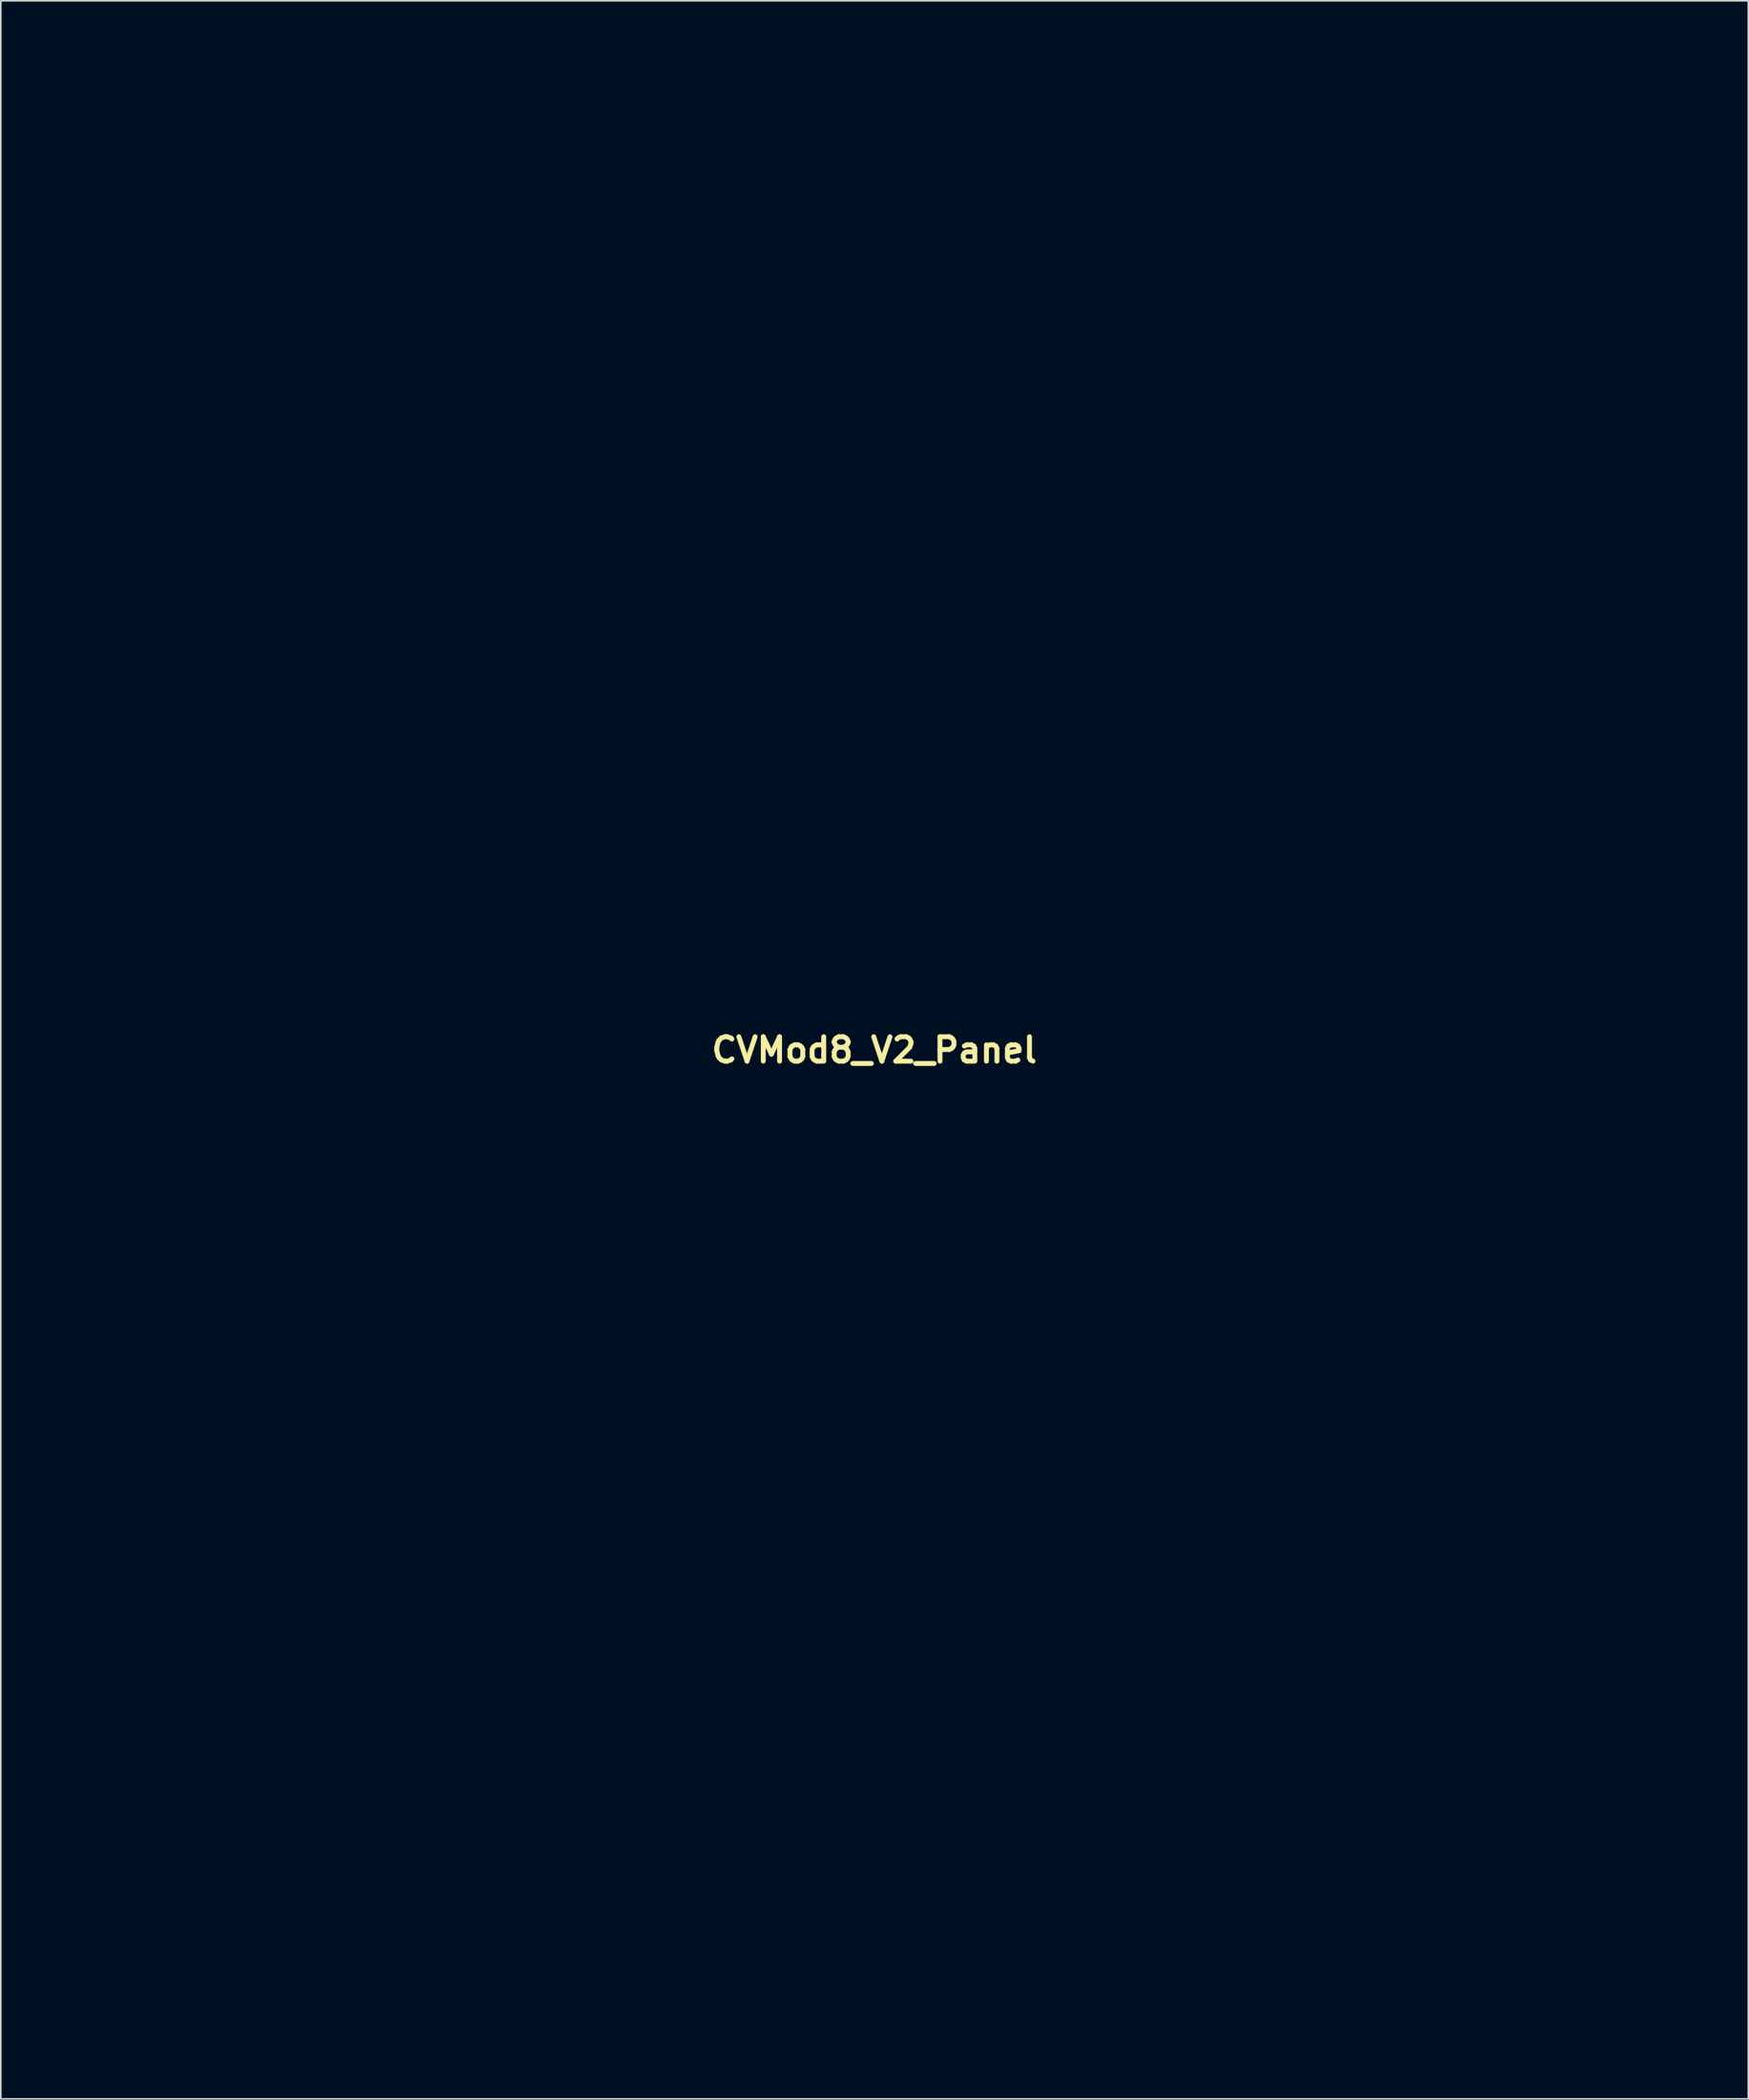
<source format=kicad_pcb>
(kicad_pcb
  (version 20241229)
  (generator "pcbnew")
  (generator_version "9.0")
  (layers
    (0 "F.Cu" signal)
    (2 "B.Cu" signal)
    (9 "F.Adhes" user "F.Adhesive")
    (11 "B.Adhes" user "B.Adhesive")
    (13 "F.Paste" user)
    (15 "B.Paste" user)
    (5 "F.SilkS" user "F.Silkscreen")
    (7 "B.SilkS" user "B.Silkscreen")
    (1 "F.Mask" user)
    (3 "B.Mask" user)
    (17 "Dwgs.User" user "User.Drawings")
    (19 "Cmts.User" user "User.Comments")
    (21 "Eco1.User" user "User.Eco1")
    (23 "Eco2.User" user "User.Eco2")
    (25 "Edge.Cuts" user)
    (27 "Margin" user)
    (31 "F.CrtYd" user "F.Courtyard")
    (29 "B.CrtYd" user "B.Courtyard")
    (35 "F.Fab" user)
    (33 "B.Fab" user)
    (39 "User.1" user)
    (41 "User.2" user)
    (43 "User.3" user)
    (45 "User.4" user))
  (footprint "CVMod8_V2_Panel"
    (layer "F.Cu")
    (at 50.671 61.483)
    (property "Reference" "CVMod8_V2_Panel" (at 0 0 0) (layer "F.SilkS") (effects (font (size 1.5 1.5) (thickness 0.3))))
    (attr board_only exclude_from_pos_files exclude_from_bom)
    (fp_poly (pts (xy -47.54 -4.228) (xy -47.54 -4.067) (xy -48.379 -4.067) (xy -49.219 -4.067) (xy -49.219 -4.228) (xy -49.219 -4.389) (xy -48.379 -4.389) (xy -47.54 -4.389)) (stroke (width 0) (type solid)) (fill yes) (layer "F.Mask"))
    (fp_poly (pts (xy -45.83 57.384) (xy -45.83 57.545) (xy -46.669 57.545) (xy -47.508 57.545) (xy -47.508 57.384) (xy -47.508 57.223) (xy -46.669 57.223) (xy -45.83 57.223)) (stroke (width 0) (type solid)) (fill yes) (layer "F.Mask"))
    (fp_poly (pts (xy -45.604 -61.257) (xy -45.604 -61.031) (xy -48.137 -61.031) (xy -50.671 -61.031) (xy -50.671 -61.257) (xy -50.671 -61.483) (xy -48.137 -61.483) (xy -45.604 -61.483)) (stroke (width 0) (type solid)) (fill yes) (layer "F.Mask"))
    (fp_poly (pts (xy -45.604 61.225) (xy -45.604 61.451) (xy -48.137 61.451) (xy -50.671 61.451) (xy -50.671 61.225) (xy -50.671 60.999) (xy -48.137 60.999) (xy -45.604 60.999)) (stroke (width 0) (type solid)) (fill yes) (layer "F.Mask"))
    (fp_poly (pts (xy -34.953 -4.228) (xy -34.953 -4.067) (xy -35.792 -4.067) (xy -36.632 -4.067) (xy -36.632 -4.228) (xy -36.632 -4.389) (xy -35.792 -4.389) (xy -34.953 -4.389)) (stroke (width 0) (type solid)) (fill yes) (layer "F.Mask"))
    (fp_poly (pts (xy -33.243 57.384) (xy -33.243 57.545) (xy -34.082 57.545) (xy -34.921 57.545) (xy -34.921 57.384) (xy -34.921 57.223) (xy -34.082 57.223) (xy -33.243 57.223)) (stroke (width 0) (type solid)) (fill yes) (layer "F.Mask"))
    (fp_poly (pts (xy -22.366 -4.228) (xy -22.366 -4.067) (xy -23.205 -4.067) (xy -24.044 -4.067) (xy -24.044 -4.228) (xy -24.044 -4.389) (xy -23.205 -4.389) (xy -22.366 -4.389)) (stroke (width 0) (type solid)) (fill yes) (layer "F.Mask"))
    (fp_poly (pts (xy -20.656 57.384) (xy -20.656 57.545) (xy -21.495 57.545) (xy -22.334 57.545) (xy -22.334 57.384) (xy -22.334 57.223) (xy -21.495 57.223) (xy -20.656 57.223)) (stroke (width 0) (type solid)) (fill yes) (layer "F.Mask"))
    (fp_poly (pts (xy -9.779 -4.228) (xy -9.779 -4.067) (xy -10.618 -4.067) (xy -11.457 -4.067) (xy -11.457 -4.228) (xy -11.457 -4.389) (xy -10.618 -4.389) (xy -9.779 -4.389)) (stroke (width 0) (type solid)) (fill yes) (layer "F.Mask"))
    (fp_poly (pts (xy -8.069 57.384) (xy -8.069 57.545) (xy -8.908 57.545) (xy -9.747 57.545) (xy -9.747 57.384) (xy -9.747 57.223) (xy -8.908 57.223) (xy -8.069 57.223)) (stroke (width 0) (type solid)) (fill yes) (layer "F.Mask"))
    (fp_poly (pts (xy -7.165 61.225) (xy -7.165 61.451) (xy -23.915 61.451) (xy -40.666 61.451) (xy -40.666 61.225) (xy -40.666 60.999) (xy -23.915 60.999) (xy -7.165 60.999)) (stroke (width 0) (type solid)) (fill yes) (layer "F.Mask"))
    (fp_poly (pts (xy 2.808 -4.228) (xy 2.808 -4.067) (xy 1.969 -4.067) (xy 1.13 -4.067) (xy 1.13 -4.228) (xy 1.13 -4.389) (xy 1.969 -4.389) (xy 2.808 -4.389)) (stroke (width 0) (type solid)) (fill yes) (layer "F.Mask"))
    (fp_poly (pts (xy 4.518 57.384) (xy 4.518 57.545) (xy 3.679 57.545) (xy 2.84 57.545) (xy 2.84 57.384) (xy 2.84 57.223) (xy 3.679 57.223) (xy 4.518 57.223)) (stroke (width 0) (type solid)) (fill yes) (layer "F.Mask"))
    (fp_poly (pts (xy 15.427 -4.228) (xy 15.427 -4.067) (xy 14.588 -4.067) (xy 13.749 -4.067) (xy 13.749 -4.228) (xy 13.749 -4.389) (xy 14.588 -4.389) (xy 15.427 -4.389)) (stroke (width 0) (type solid)) (fill yes) (layer "F.Mask"))
    (fp_poly (pts (xy 17.138 57.384) (xy 17.138 57.545) (xy 16.299 57.545) (xy 15.459 57.545) (xy 15.459 57.384) (xy 15.459 57.223) (xy 16.299 57.223) (xy 17.138 57.223)) (stroke (width 0) (type solid)) (fill yes) (layer "F.Mask"))
    (fp_poly (pts (xy 28.014 -4.228) (xy 28.014 -4.067) (xy 27.175 -4.067) (xy 26.336 -4.067) (xy 26.336 -4.228) (xy 26.336 -4.389) (xy 27.175 -4.389) (xy 28.014 -4.389)) (stroke (width 0) (type solid)) (fill yes) (layer "F.Mask"))
    (fp_poly (pts (xy 29.725 57.384) (xy 29.725 57.545) (xy 28.886 57.545) (xy 28.047 57.545) (xy 28.047 57.384) (xy 28.047 57.223) (xy 28.886 57.223) (xy 29.725 57.223)) (stroke (width 0) (type solid)) (fill yes) (layer "F.Mask"))
    (fp_poly (pts (xy 40.601 -4.228) (xy 40.601 -4.067) (xy 39.762 -4.067) (xy 38.923 -4.067) (xy 38.923 -4.228) (xy 38.923 -4.389) (xy 39.762 -4.389) (xy 40.601 -4.389)) (stroke (width 0) (type solid)) (fill yes) (layer "F.Mask"))
    (fp_poly (pts (xy 40.698 -61.257) (xy 40.698 -61.031) (xy 0.016 -61.031) (xy -40.666 -61.031) (xy -40.666 -61.257) (xy -40.666 -61.483) (xy 0.016 -61.483) (xy 40.698 -61.483)) (stroke (width 0) (type solid)) (fill yes) (layer "F.Mask"))
    (fp_poly (pts (xy 40.698 61.225) (xy 40.698 61.451) (xy 23.948 61.451) (xy 7.197 61.451) (xy 7.197 61.225) (xy 7.197 60.999) (xy 23.948 60.999) (xy 40.698 60.999)) (stroke (width 0) (type solid)) (fill yes) (layer "F.Mask"))
    (fp_poly (pts (xy 42.312 57.384) (xy 42.312 57.545) (xy 41.473 57.545) (xy 40.634 57.545) (xy 40.634 57.384) (xy 40.634 57.223) (xy 41.473 57.223) (xy 42.312 57.223)) (stroke (width 0) (type solid)) (fill yes) (layer "F.Mask"))
    (fp_poly (pts (xy 50.703 -61.257) (xy 50.703 -61.031) (xy 48.17 -61.031) (xy 45.636 -61.031) (xy 45.636 -61.257) (xy 45.636 -61.483) (xy 48.17 -61.483) (xy 50.703 -61.483)) (stroke (width 0) (type solid)) (fill yes) (layer "F.Mask"))
    (fp_poly (pts (xy 50.703 61.225) (xy 50.703 61.451) (xy 48.17 61.451) (xy 45.636 61.451) (xy 45.636 61.225) (xy 45.636 60.999) (xy 48.17 60.999) (xy 50.703 60.999)) (stroke (width 0) (type solid)) (fill yes) (layer "F.Mask"))
    (fp_poly (pts (xy -42.642 -25.618) (xy -42.474 -25.447) (xy -43.167 -24.754) (xy -43.861 -24.061) (xy -43.861 -22.907) (xy -43.861 -21.753) (xy -44.087 -21.753) (xy -44.313 -21.753) (xy -44.313 -23.02) (xy -44.313 -24.287) (xy -43.562 -25.038) (xy -42.811 -25.788)) (stroke (width 0) (type solid)) (fill yes) (layer "F.Mask"))
    (fp_poly (pts (xy -30.055 -25.618) (xy -29.887 -25.447) (xy -30.58 -24.754) (xy -31.274 -24.061) (xy -31.274 -22.907) (xy -31.274 -21.753) (xy -31.5 -21.753) (xy -31.726 -21.753) (xy -31.726 -23.02) (xy -31.726 -24.287) (xy -30.975 -25.038) (xy -30.224 -25.788)) (stroke (width 0) (type solid)) (fill yes) (layer "F.Mask"))
    (fp_poly (pts (xy -17.468 -25.618) (xy -17.3 -25.447) (xy -17.993 -24.754) (xy -18.687 -24.061) (xy -18.687 -22.907) (xy -18.687 -21.753) (xy -18.913 -21.753) (xy -19.139 -21.753) (xy -19.139 -23.02) (xy -19.139 -24.287) (xy -18.388 -25.038) (xy -17.637 -25.788)) (stroke (width 0) (type solid)) (fill yes) (layer "F.Mask"))
    (fp_poly (pts (xy -4.849 -25.618) (xy -4.681 -25.447) (xy -5.374 -24.754) (xy -6.068 -24.061) (xy -6.068 -22.907) (xy -6.068 -21.753) (xy -6.294 -21.753) (xy -6.519 -21.753) (xy -6.519 -23.02) (xy -6.519 -24.287) (xy -5.768 -25.038) (xy -5.017 -25.788)) (stroke (width 0) (type solid)) (fill yes) (layer "F.Mask"))
    (fp_poly (pts (xy 7.706 -25.618) (xy 7.874 -25.447) (xy 7.181 -24.754) (xy 6.487 -24.061) (xy 6.487 -22.907) (xy 6.487 -21.753) (xy 6.261 -21.753) (xy 6.035 -21.753) (xy 6.035 -23.02) (xy 6.035 -24.287) (xy 6.786 -25.038) (xy 7.537 -25.788)) (stroke (width 0) (type solid)) (fill yes) (layer "F.Mask"))
    (fp_poly (pts (xy 20.357 -25.618) (xy 20.526 -25.447) (xy 19.832 -24.754) (xy 19.139 -24.061) (xy 19.139 -22.907) (xy 19.139 -21.753) (xy 18.913 -21.753) (xy 18.687 -21.753) (xy 18.687 -23.02) (xy 18.687 -24.287) (xy 19.438 -25.038) (xy 20.189 -25.788)) (stroke (width 0) (type solid)) (fill yes) (layer "F.Mask"))
    (fp_poly (pts (xy 32.912 -25.618) (xy 33.081 -25.447) (xy 32.387 -24.754) (xy 31.694 -24.061) (xy 31.694 -22.907) (xy 31.694 -21.753) (xy 31.468 -21.753) (xy 31.242 -21.753) (xy 31.242 -23.02) (xy 31.242 -24.287) (xy 31.993 -25.038) (xy 32.744 -25.788)) (stroke (width 0) (type solid)) (fill yes) (layer "F.Mask"))
    (fp_poly (pts (xy 16.331 -56.771) (xy 16.331 -55.964) (xy 15.992 -55.964) (xy 15.653 -55.964) (xy 15.653 -56.077) (xy 15.653 -56.19) (xy 15.847 -56.19) (xy 16.04 -56.19) (xy 16.04 -56.787) (xy 16.04 -57.384) (xy 15.847 -57.384) (xy 15.653 -57.384) (xy 15.653 -57.481) (xy 15.653 -57.578) (xy 15.992 -57.578) (xy 16.331 -57.578)) (stroke (width 0) (type solid)) (fill yes) (layer "F.Mask"))
    (fp_poly (pts (xy 11.522 -57.481) (xy 11.519 -57.425) (xy 11.499 -57.397) (xy 11.447 -57.386) (xy 11.347 -57.384) (xy 11.344 -57.384) (xy 11.167 -57.384) (xy 11.167 -56.787) (xy 11.167 -56.19) (xy 11.344 -56.19) (xy 11.522 -56.19) (xy 11.522 -56.077) (xy 11.522 -55.964) (xy 11.183 -55.964) (xy 10.844 -55.964) (xy 10.844 -56.771) (xy 10.844 -57.578) (xy 11.183 -57.578) (xy 11.522 -57.578)) (stroke (width 0) (type solid)) (fill yes) (layer "F.Mask"))
    (fp_poly (pts (xy -46.507 55.431) (xy -46.507 55.77) (xy -46.169 55.77) (xy -45.83 55.77) (xy -45.83 55.932) (xy -45.83 56.093) (xy -46.169 56.093) (xy -46.507 56.093) (xy -46.507 56.432) (xy -46.507 56.771) (xy -46.669 56.771) (xy -46.83 56.771) (xy -46.83 56.432) (xy -46.83 56.093) (xy -47.169 56.093) (xy -47.508 56.093) (xy -47.508 55.932) (xy -47.508 55.77) (xy -47.169 55.77) (xy -46.83 55.77) (xy -46.83 55.431) (xy -46.83 55.093) (xy -46.669 55.093) (xy -46.507 55.093)) (stroke (width 0) (type solid)) (fill yes) (layer "F.Mask"))
    (fp_poly (pts (xy -44.281 -1.485) (xy -44.281 -1.162) (xy -43.667 -1.162) (xy -43.054 -1.162) (xy -43.054 -1.485) (xy -43.054 -1.807) (xy -42.86 -1.807) (xy -42.667 -1.807) (xy -42.667 -0.968) (xy -42.667 -0.129) (xy -42.86 -0.129) (xy -43.054 -0.129) (xy -43.054 -0.5) (xy -43.054 -0.871) (xy -43.667 -0.871) (xy -44.281 -0.871) (xy -44.281 -0.5) (xy -44.281 -0.129) (xy -44.474 -0.129) (xy -44.668 -0.129) (xy -44.668 -0.968) (xy -44.668 -1.807) (xy -44.474 -1.807) (xy -44.281 -1.807)) (stroke (width 0) (type solid)) (fill yes) (layer "F.Mask"))
    (fp_poly (pts (xy -41.247 55.819) (xy -41.247 56.158) (xy -40.908 56.158) (xy -40.569 56.158) (xy -40.569 56.319) (xy -40.569 56.48) (xy -40.908 56.48) (xy -41.247 56.48) (xy -41.247 56.819) (xy -41.247 57.158) (xy -41.408 57.158) (xy -41.57 57.158) (xy -41.57 56.819) (xy -41.57 56.48) (xy -41.908 56.48) (xy -42.247 56.48) (xy -42.247 56.319) (xy -42.247 56.158) (xy -41.908 56.158) (xy -41.57 56.158) (xy -41.57 55.819) (xy -41.57 55.48) (xy -41.408 55.48) (xy -41.247 55.48)) (stroke (width 0) (type solid)) (fill yes) (layer "F.Mask"))
    (fp_poly (pts (xy -39.568 -4.728) (xy -39.568 -4.389) (xy -39.23 -4.389) (xy -38.891 -4.389) (xy -38.891 -4.228) (xy -38.891 -4.067) (xy -39.23 -4.067) (xy -39.568 -4.067) (xy -39.568 -3.728) (xy -39.568 -3.389) (xy -39.73 -3.389) (xy -39.891 -3.389) (xy -39.891 -3.728) (xy -39.891 -4.067) (xy -40.23 -4.067) (xy -40.569 -4.067) (xy -40.569 -4.228) (xy -40.569 -4.389) (xy -40.23 -4.389) (xy -39.891 -4.389) (xy -39.891 -4.728) (xy -39.891 -5.067) (xy -39.73 -5.067) (xy -39.568 -5.067)) (stroke (width 0) (type solid)) (fill yes) (layer "F.Mask"))
    (fp_poly (pts (xy -33.92 55.431) (xy -33.92 55.77) (xy -33.582 55.77) (xy -33.243 55.77) (xy -33.243 55.932) (xy -33.243 56.093) (xy -33.582 56.093) (xy -33.92 56.093) (xy -33.92 56.432) (xy -33.92 56.771) (xy -34.082 56.771) (xy -34.243 56.771) (xy -34.243 56.432) (xy -34.243 56.093) (xy -34.582 56.093) (xy -34.921 56.093) (xy -34.921 55.932) (xy -34.921 55.77) (xy -34.582 55.77) (xy -34.243 55.77) (xy -34.243 55.431) (xy -34.243 55.093) (xy -34.082 55.093) (xy -33.92 55.093)) (stroke (width 0) (type solid)) (fill yes) (layer "F.Mask"))
    (fp_poly (pts (xy -32.113 -1.485) (xy -32.113 -1.162) (xy -31.5 -1.162) (xy -30.887 -1.162) (xy -30.887 -1.485) (xy -30.887 -1.807) (xy -30.693 -1.807) (xy -30.499 -1.807) (xy -30.499 -0.968) (xy -30.499 -0.129) (xy -30.693 -0.129) (xy -30.887 -0.129) (xy -30.887 -0.5) (xy -30.887 -0.871) (xy -31.5 -0.871) (xy -32.113 -0.871) (xy -32.113 -0.5) (xy -32.113 -0.129) (xy -32.307 -0.129) (xy -32.5 -0.129) (xy -32.5 -0.968) (xy -32.5 -1.807) (xy -32.307 -1.807) (xy -32.113 -1.807)) (stroke (width 0) (type solid)) (fill yes) (layer "F.Mask"))
    (fp_poly (pts (xy -28.66 55.819) (xy -28.66 56.158) (xy -28.321 56.158) (xy -27.982 56.158) (xy -27.982 56.319) (xy -27.982 56.48) (xy -28.321 56.48) (xy -28.66 56.48) (xy -28.66 56.819) (xy -28.66 57.158) (xy -28.821 57.158) (xy -28.982 57.158) (xy -28.982 56.819) (xy -28.982 56.48) (xy -29.321 56.48) (xy -29.66 56.48) (xy -29.66 56.319) (xy -29.66 56.158) (xy -29.321 56.158) (xy -28.982 56.158) (xy -28.982 55.819) (xy -28.982 55.48) (xy -28.821 55.48) (xy -28.66 55.48)) (stroke (width 0) (type solid)) (fill yes) (layer "F.Mask"))
    (fp_poly (pts (xy -26.981 -4.728) (xy -26.981 -4.389) (xy -26.643 -4.389) (xy -26.304 -4.389) (xy -26.304 -4.228) (xy -26.304 -4.067) (xy -26.643 -4.067) (xy -26.981 -4.067) (xy -26.981 -3.728) (xy -26.981 -3.389) (xy -27.143 -3.389) (xy -27.304 -3.389) (xy -27.304 -3.728) (xy -27.304 -4.067) (xy -27.643 -4.067) (xy -27.982 -4.067) (xy -27.982 -4.228) (xy -27.982 -4.389) (xy -27.643 -4.389) (xy -27.304 -4.389) (xy -27.304 -4.728) (xy -27.304 -5.067) (xy -27.143 -5.067) (xy -26.981 -5.067)) (stroke (width 0) (type solid)) (fill yes) (layer "F.Mask"))
    (fp_poly (pts (xy -21.333 55.431) (xy -21.333 55.77) (xy -20.995 55.77) (xy -20.656 55.77) (xy -20.656 55.932) (xy -20.656 56.093) (xy -20.995 56.093) (xy -21.333 56.093) (xy -21.333 56.432) (xy -21.333 56.771) (xy -21.495 56.771) (xy -21.656 56.771) (xy -21.656 56.432) (xy -21.656 56.093) (xy -21.995 56.093) (xy -22.334 56.093) (xy -22.334 55.932) (xy -22.334 55.77) (xy -21.995 55.77) (xy -21.656 55.77) (xy -21.656 55.431) (xy -21.656 55.093) (xy -21.495 55.093) (xy -21.333 55.093)) (stroke (width 0) (type solid)) (fill yes) (layer "F.Mask"))
    (fp_poly (pts (xy -19.526 -1.485) (xy -19.526 -1.162) (xy -18.913 -1.162) (xy -18.3 -1.162) (xy -18.3 -1.485) (xy -18.3 -1.807) (xy -18.106 -1.807) (xy -17.912 -1.807) (xy -17.912 -0.968) (xy -17.912 -0.129) (xy -18.106 -0.129) (xy -18.3 -0.129) (xy -18.3 -0.5) (xy -18.3 -0.871) (xy -18.913 -0.871) (xy -19.526 -0.871) (xy -19.526 -0.5) (xy -19.526 -0.129) (xy -19.72 -0.129) (xy -19.913 -0.129) (xy -19.913 -0.968) (xy -19.913 -1.807) (xy -19.72 -1.807) (xy -19.526 -1.807)) (stroke (width 0) (type solid)) (fill yes) (layer "F.Mask"))
    (fp_poly (pts (xy -16.073 55.819) (xy -16.073 56.158) (xy -15.734 56.158) (xy -15.395 56.158) (xy -15.395 56.319) (xy -15.395 56.48) (xy -15.734 56.48) (xy -16.073 56.48) (xy -16.073 56.819) (xy -16.073 57.158) (xy -16.234 57.158) (xy -16.395 57.158) (xy -16.395 56.819) (xy -16.395 56.48) (xy -16.734 56.48) (xy -17.073 56.48) (xy -17.073 56.319) (xy -17.073 56.158) (xy -16.734 56.158) (xy -16.395 56.158) (xy -16.395 55.819) (xy -16.395 55.48) (xy -16.234 55.48) (xy -16.073 55.48)) (stroke (width 0) (type solid)) (fill yes) (layer "F.Mask"))
    (fp_poly (pts (xy -14.394 -4.728) (xy -14.394 -4.389) (xy -14.056 -4.389) (xy -13.717 -4.389) (xy -13.717 -4.228) (xy -13.717 -4.067) (xy -14.056 -4.067) (xy -14.394 -4.067) (xy -14.394 -3.728) (xy -14.394 -3.389) (xy -14.556 -3.389) (xy -14.717 -3.389) (xy -14.717 -3.728) (xy -14.717 -4.067) (xy -15.056 -4.067) (xy -15.395 -4.067) (xy -15.395 -4.228) (xy -15.395 -4.389) (xy -15.056 -4.389) (xy -14.717 -4.389) (xy -14.717 -4.728) (xy -14.717 -5.067) (xy -14.556 -5.067) (xy -14.394 -5.067)) (stroke (width 0) (type solid)) (fill yes) (layer "F.Mask"))
    (fp_poly (pts (xy -8.746 55.431) (xy -8.746 55.77) (xy -8.407 55.77) (xy -8.069 55.77) (xy -8.069 55.932) (xy -8.069 56.093) (xy -8.407 56.093) (xy -8.746 56.093) (xy -8.746 56.432) (xy -8.746 56.771) (xy -8.908 56.771) (xy -9.069 56.771) (xy -9.069 56.432) (xy -9.069 56.093) (xy -9.408 56.093) (xy -9.747 56.093) (xy -9.747 55.932) (xy -9.747 55.77) (xy -9.408 55.77) (xy -9.069 55.77) (xy -9.069 55.431) (xy -9.069 55.093) (xy -8.908 55.093) (xy -8.746 55.093)) (stroke (width 0) (type solid)) (fill yes) (layer "F.Mask"))
    (fp_poly (pts (xy -7.004 -1.485) (xy -7.004 -1.162) (xy -6.39 -1.162) (xy -5.777 -1.162) (xy -5.777 -1.485) (xy -5.777 -1.807) (xy -5.583 -1.807) (xy -5.39 -1.807) (xy -5.39 -0.968) (xy -5.39 -0.129) (xy -5.583 -0.129) (xy -5.777 -0.129) (xy -5.777 -0.5) (xy -5.777 -0.871) (xy -6.39 -0.871) (xy -7.004 -0.871) (xy -7.004 -0.5) (xy -7.004 -0.129) (xy -7.197 -0.129) (xy -7.391 -0.129) (xy -7.391 -0.968) (xy -7.391 -1.807) (xy -7.197 -1.807) (xy -7.004 -1.807)) (stroke (width 0) (type solid)) (fill yes) (layer "F.Mask"))
    (fp_poly (pts (xy -3.486 55.819) (xy -3.486 56.158) (xy -3.147 56.158) (xy -2.808 56.158) (xy -2.808 56.319) (xy -2.808 56.48) (xy -3.147 56.48) (xy -3.486 56.48) (xy -3.486 56.819) (xy -3.486 57.158) (xy -3.647 57.158) (xy -3.808 57.158) (xy -3.808 56.819) (xy -3.808 56.48) (xy -4.147 56.48) (xy -4.486 56.48) (xy -4.486 56.319) (xy -4.486 56.158) (xy -4.147 56.158) (xy -3.808 56.158) (xy -3.808 55.819) (xy -3.808 55.48) (xy -3.647 55.48) (xy -3.486 55.48)) (stroke (width 0) (type solid)) (fill yes) (layer "F.Mask"))
    (fp_poly (pts (xy -1.807 -4.728) (xy -1.807 -4.389) (xy -1.468 -4.389) (xy -1.13 -4.389) (xy -1.13 -4.228) (xy -1.13 -4.067) (xy -1.468 -4.067) (xy -1.807 -4.067) (xy -1.807 -3.728) (xy -1.807 -3.389) (xy -1.969 -3.389) (xy -2.13 -3.389) (xy -2.13 -3.728) (xy -2.13 -4.067) (xy -2.469 -4.067) (xy -2.808 -4.067) (xy -2.808 -4.228) (xy -2.808 -4.389) (xy -2.469 -4.389) (xy -2.13 -4.389) (xy -2.13 -4.728) (xy -2.13 -5.067) (xy -1.969 -5.067) (xy -1.807 -5.067)) (stroke (width 0) (type solid)) (fill yes) (layer "F.Mask"))
    (fp_poly (pts (xy 3.841 55.431) (xy 3.841 55.77) (xy 4.18 55.77) (xy 4.518 55.77) (xy 4.518 55.932) (xy 4.518 56.093) (xy 4.18 56.093) (xy 3.841 56.093) (xy 3.841 56.432) (xy 3.841 56.771) (xy 3.679 56.771) (xy 3.518 56.771) (xy 3.518 56.432) (xy 3.518 56.093) (xy 3.179 56.093) (xy 2.84 56.093) (xy 2.84 55.932) (xy 2.84 55.77) (xy 3.179 55.77) (xy 3.518 55.77) (xy 3.518 55.431) (xy 3.518 55.093) (xy 3.679 55.093) (xy 3.841 55.093)) (stroke (width 0) (type solid)) (fill yes) (layer "F.Mask"))
    (fp_poly (pts (xy 5.583 -1.485) (xy 5.583 -1.162) (xy 6.197 -1.162) (xy 6.81 -1.162) (xy 6.81 -1.485) (xy 6.81 -1.807) (xy 7.004 -1.807) (xy 7.197 -1.807) (xy 7.197 -0.968) (xy 7.197 -0.129) (xy 7.004 -0.129) (xy 6.81 -0.129) (xy 6.81 -0.5) (xy 6.81 -0.871) (xy 6.197 -0.871) (xy 5.583 -0.871) (xy 5.583 -0.5) (xy 5.583 -0.129) (xy 5.39 -0.129) (xy 5.196 -0.129) (xy 5.196 -0.968) (xy 5.196 -1.807) (xy 5.39 -1.807) (xy 5.583 -1.807)) (stroke (width 0) (type solid)) (fill yes) (layer "F.Mask"))
    (fp_poly (pts (xy 9.101 55.819) (xy 9.101 56.158) (xy 9.44 56.158) (xy 9.779 56.158) (xy 9.779 56.319) (xy 9.779 56.48) (xy 9.44 56.48) (xy 9.101 56.48) (xy 9.101 56.819) (xy 9.101 57.158) (xy 8.94 57.158) (xy 8.779 57.158) (xy 8.779 56.819) (xy 8.779 56.48) (xy 8.44 56.48) (xy 8.101 56.48) (xy 8.101 56.319) (xy 8.101 56.158) (xy 8.44 56.158) (xy 8.779 56.158) (xy 8.779 55.819) (xy 8.779 55.48) (xy 8.94 55.48) (xy 9.101 55.48)) (stroke (width 0) (type solid)) (fill yes) (layer "F.Mask"))
    (fp_poly (pts (xy 10.78 -4.728) (xy 10.78 -4.389) (xy 11.119 -4.389) (xy 11.457 -4.389) (xy 11.457 -4.228) (xy 11.457 -4.067) (xy 11.119 -4.067) (xy 10.78 -4.067) (xy 10.78 -3.728) (xy 10.78 -3.389) (xy 10.618 -3.389) (xy 10.457 -3.389) (xy 10.457 -3.728) (xy 10.457 -4.067) (xy 10.118 -4.067) (xy 9.779 -4.067) (xy 9.779 -4.228) (xy 9.779 -4.389) (xy 10.118 -4.389) (xy 10.457 -4.389) (xy 10.457 -4.728) (xy 10.457 -5.067) (xy 10.618 -5.067) (xy 10.78 -5.067)) (stroke (width 0) (type solid)) (fill yes) (layer "F.Mask"))
    (fp_poly (pts (xy 16.46 55.431) (xy 16.46 55.77) (xy 16.799 55.77) (xy 17.138 55.77) (xy 17.138 55.932) (xy 17.138 56.093) (xy 16.799 56.093) (xy 16.46 56.093) (xy 16.46 56.432) (xy 16.46 56.771) (xy 16.299 56.771) (xy 16.137 56.771) (xy 16.137 56.432) (xy 16.137 56.093) (xy 15.798 56.093) (xy 15.459 56.093) (xy 15.459 55.932) (xy 15.459 55.77) (xy 15.798 55.77) (xy 16.137 55.77) (xy 16.137 55.431) (xy 16.137 55.093) (xy 16.299 55.093) (xy 16.46 55.093)) (stroke (width 0) (type solid)) (fill yes) (layer "F.Mask"))
    (fp_poly (pts (xy 18.267 -1.485) (xy 18.267 -1.162) (xy 18.881 -1.162) (xy 19.494 -1.162) (xy 19.494 -1.485) (xy 19.494 -1.807) (xy 19.687 -1.807) (xy 19.881 -1.807) (xy 19.881 -0.968) (xy 19.881 -0.129) (xy 19.687 -0.129) (xy 19.494 -0.129) (xy 19.494 -0.5) (xy 19.494 -0.871) (xy 18.881 -0.871) (xy 18.267 -0.871) (xy 18.267 -0.5) (xy 18.267 -0.129) (xy 18.074 -0.129) (xy 17.88 -0.129) (xy 17.88 -0.968) (xy 17.88 -1.807) (xy 18.074 -1.807) (xy 18.267 -1.807)) (stroke (width 0) (type solid)) (fill yes) (layer "F.Mask"))
    (fp_poly (pts (xy 21.721 55.819) (xy 21.721 56.158) (xy 22.06 56.158) (xy 22.398 56.158) (xy 22.398 56.319) (xy 22.398 56.48) (xy 22.06 56.48) (xy 21.721 56.48) (xy 21.721 56.819) (xy 21.721 57.158) (xy 21.559 57.158) (xy 21.398 57.158) (xy 21.398 56.819) (xy 21.398 56.48) (xy 21.059 56.48) (xy 20.72 56.48) (xy 20.72 56.319) (xy 20.72 56.158) (xy 21.059 56.158) (xy 21.398 56.158) (xy 21.398 55.819) (xy 21.398 55.48) (xy 21.559 55.48) (xy 21.721 55.48)) (stroke (width 0) (type solid)) (fill yes) (layer "F.Mask"))
    (fp_poly (pts (xy 23.399 -4.728) (xy 23.399 -4.389) (xy 23.738 -4.389) (xy 24.077 -4.389) (xy 24.077 -4.228) (xy 24.077 -4.067) (xy 23.738 -4.067) (xy 23.399 -4.067) (xy 23.399 -3.728) (xy 23.399 -3.389) (xy 23.238 -3.389) (xy 23.076 -3.389) (xy 23.076 -3.728) (xy 23.076 -4.067) (xy 22.737 -4.067) (xy 22.398 -4.067) (xy 22.398 -4.228) (xy 22.398 -4.389) (xy 22.737 -4.389) (xy 23.076 -4.389) (xy 23.076 -4.728) (xy 23.076 -5.067) (xy 23.238 -5.067) (xy 23.399 -5.067)) (stroke (width 0) (type solid)) (fill yes) (layer "F.Mask"))
    (fp_poly (pts (xy 29.047 55.431) (xy 29.047 55.77) (xy 29.386 55.77) (xy 29.725 55.77) (xy 29.725 55.932) (xy 29.725 56.093) (xy 29.386 56.093) (xy 29.047 56.093) (xy 29.047 56.432) (xy 29.047 56.771) (xy 28.886 56.771) (xy 28.724 56.771) (xy 28.724 56.432) (xy 28.724 56.093) (xy 28.385 56.093) (xy 28.047 56.093) (xy 28.047 55.932) (xy 28.047 55.77) (xy 28.385 55.77) (xy 28.724 55.77) (xy 28.724 55.431) (xy 28.724 55.093) (xy 28.886 55.093) (xy 29.047 55.093)) (stroke (width 0) (type solid)) (fill yes) (layer "F.Mask"))
    (fp_poly (pts (xy 30.822 -1.485) (xy 30.822 -1.162) (xy 31.435 -1.162) (xy 32.049 -1.162) (xy 32.049 -1.485) (xy 32.049 -1.807) (xy 32.242 -1.807) (xy 32.436 -1.807) (xy 32.436 -0.968) (xy 32.436 -0.129) (xy 32.242 -0.129) (xy 32.049 -0.129) (xy 32.049 -0.5) (xy 32.049 -0.871) (xy 31.435 -0.871) (xy 30.822 -0.871) (xy 30.822 -0.5) (xy 30.822 -0.129) (xy 30.628 -0.129) (xy 30.435 -0.129) (xy 30.435 -0.968) (xy 30.435 -1.807) (xy 30.628 -1.807) (xy 30.822 -1.807)) (stroke (width 0) (type solid)) (fill yes) (layer "F.Mask"))
    (fp_poly (pts (xy 34.308 55.819) (xy 34.308 56.158) (xy 34.647 56.158) (xy 34.986 56.158) (xy 34.986 56.319) (xy 34.986 56.48) (xy 34.647 56.48) (xy 34.308 56.48) (xy 34.308 56.819) (xy 34.308 57.158) (xy 34.146 57.158) (xy 33.985 57.158) (xy 33.985 56.819) (xy 33.985 56.48) (xy 33.646 56.48) (xy 33.307 56.48) (xy 33.307 56.319) (xy 33.307 56.158) (xy 33.646 56.158) (xy 33.985 56.158) (xy 33.985 55.819) (xy 33.985 55.48) (xy 34.146 55.48) (xy 34.308 55.48)) (stroke (width 0) (type solid)) (fill yes) (layer "F.Mask"))
    (fp_poly (pts (xy 35.986 -4.728) (xy 35.986 -4.389) (xy 36.325 -4.389) (xy 36.664 -4.389) (xy 36.664 -4.228) (xy 36.664 -4.067) (xy 36.325 -4.067) (xy 35.986 -4.067) (xy 35.986 -3.728) (xy 35.986 -3.389) (xy 35.825 -3.389) (xy 35.663 -3.389) (xy 35.663 -3.728) (xy 35.663 -4.067) (xy 35.324 -4.067) (xy 34.986 -4.067) (xy 34.986 -4.228) (xy 34.986 -4.389) (xy 35.324 -4.389) (xy 35.663 -4.389) (xy 35.663 -4.728) (xy 35.663 -5.067) (xy 35.825 -5.067) (xy 35.986 -5.067)) (stroke (width 0) (type solid)) (fill yes) (layer "F.Mask"))
    (fp_poly (pts (xy 41.634 55.431) (xy 41.634 55.77) (xy 41.973 55.77) (xy 42.312 55.77) (xy 42.312 55.932) (xy 42.312 56.093) (xy 41.973 56.093) (xy 41.634 56.093) (xy 41.634 56.432) (xy 41.634 56.771) (xy 41.473 56.771) (xy 41.311 56.771) (xy 41.311 56.432) (xy 41.311 56.093) (xy 40.972 56.093) (xy 40.634 56.093) (xy 40.634 55.932) (xy 40.634 55.77) (xy 40.972 55.77) (xy 41.311 55.77) (xy 41.311 55.431) (xy 41.311 55.093) (xy 41.473 55.093) (xy 41.634 55.093)) (stroke (width 0) (type solid)) (fill yes) (layer "F.Mask"))
    (fp_poly (pts (xy 43.506 -1.485) (xy 43.506 -1.162) (xy 44.119 -1.162) (xy 44.732 -1.162) (xy 44.732 -1.485) (xy 44.732 -1.807) (xy 44.926 -1.807) (xy 45.12 -1.807) (xy 45.12 -0.968) (xy 45.12 -0.129) (xy 44.926 -0.129) (xy 44.732 -0.129) (xy 44.732 -0.5) (xy 44.732 -0.871) (xy 44.119 -0.871) (xy 43.506 -0.871) (xy 43.506 -0.5) (xy 43.506 -0.129) (xy 43.312 -0.129) (xy 43.119 -0.129) (xy 43.119 -0.968) (xy 43.119 -1.807) (xy 43.312 -1.807) (xy 43.506 -1.807)) (stroke (width 0) (type solid)) (fill yes) (layer "F.Mask"))
    (fp_poly (pts (xy 46.895 55.819) (xy 46.895 56.158) (xy 47.234 56.158) (xy 47.573 56.158) (xy 47.573 56.319) (xy 47.573 56.48) (xy 47.234 56.48) (xy 46.895 56.48) (xy 46.895 56.819) (xy 46.895 57.158) (xy 46.733 57.158) (xy 46.572 57.158) (xy 46.572 56.819) (xy 46.572 56.48) (xy 46.233 56.48) (xy 45.894 56.48) (xy 45.894 56.319) (xy 45.894 56.158) (xy 46.233 56.158) (xy 46.572 56.158) (xy 46.572 55.819) (xy 46.572 55.48) (xy 46.733 55.48) (xy 46.895 55.48)) (stroke (width 0) (type solid)) (fill yes) (layer "F.Mask"))
    (fp_poly (pts (xy 48.573 -4.728) (xy 48.573 -4.389) (xy 48.912 -4.389) (xy 49.251 -4.389) (xy 49.251 -4.228) (xy 49.251 -4.067) (xy 48.912 -4.067) (xy 48.573 -4.067) (xy 48.573 -3.728) (xy 48.573 -3.389) (xy 48.412 -3.389) (xy 48.25 -3.389) (xy 48.25 -3.728) (xy 48.25 -4.067) (xy 47.911 -4.067) (xy 47.573 -4.067) (xy 47.573 -4.228) (xy 47.573 -4.389) (xy 47.911 -4.389) (xy 48.25 -4.389) (xy 48.25 -4.728) (xy 48.25 -5.067) (xy 48.412 -5.067) (xy 48.573 -5.067)) (stroke (width 0) (type solid)) (fill yes) (layer "F.Mask"))
    (fp_poly (pts (xy -41.555 -1.776) (xy -41.549 -1.689) (xy -41.544 -1.555) (xy -41.54 -1.381) (xy -41.538 -1.177) (xy -41.537 -0.968) (xy -41.537 -0.129) (xy -41.715 -0.129) (xy -41.892 -0.129) (xy -41.892 -0.807) (xy -41.892 -1.485) (xy -42.07 -1.485) (xy -42.247 -1.485) (xy -42.247 -1.598) (xy -42.241 -1.672) (xy -42.226 -1.71) (xy -42.223 -1.711) (xy -42.183 -1.716) (xy -42.093 -1.729) (xy -41.971 -1.747) (xy -41.892 -1.759) (xy -41.758 -1.779) (xy -41.648 -1.795) (xy -41.578 -1.805) (xy -41.561 -1.807)) (stroke (width 0) (type solid)) (fill yes) (layer "F.Mask"))
    (fp_poly (pts (xy -4.416 -57.336) (xy -5.148 -55.997) (xy -5.374 -55.998) (xy -5.6 -55.999) (xy -6.286 -57.2) (xy -6.434 -57.459) (xy -6.576 -57.706) (xy -6.706 -57.934) (xy -6.821 -58.135) (xy -6.918 -58.303) (xy -6.993 -58.432) (xy -7.041 -58.515) (xy -7.054 -58.538) (xy -7.136 -58.675) (xy -6.771 -58.675) (xy -6.406 -58.674) (xy -5.877 -57.721) (xy -5.751 -57.497) (xy -5.634 -57.292) (xy -5.531 -57.115) (xy -5.444 -56.97) (xy -5.378 -56.865) (xy -5.336 -56.805) (xy -5.323 -56.794) (xy -5.303 -56.827) (xy -5.256 -56.911) (xy -5.187 -57.038) (xy -5.098 -57.202) (xy -4.995 -57.394) (xy -4.88 -57.609) (xy -4.807 -57.747) (xy -4.315 -58.675) (xy -4 -58.675) (xy -3.684 -58.675)) (stroke (width 0) (type solid)) (fill yes) (layer "F.Mask"))
    (fp_poly (pts (xy -43.328 -16.415) (xy -42.568 -15.466) (xy -42.577 -14.97) (xy -42.586 -14.475) (xy -43.325 -15.363) (xy -43.496 -15.567) (xy -43.654 -15.755) (xy -43.795 -15.921) (xy -43.913 -16.059) (xy -44.005 -16.163) (xy -44.065 -16.229) (xy -44.087 -16.25) (xy -44.113 -16.226) (xy -44.175 -16.158) (xy -44.267 -16.052) (xy -44.386 -15.914) (xy -44.526 -15.749) (xy -44.682 -15.563) (xy -44.795 -15.427) (xy -44.962 -15.227) (xy -45.118 -15.041) (xy -45.257 -14.874) (xy -45.375 -14.735) (xy -45.466 -14.628) (xy -45.524 -14.56) (xy -45.542 -14.541) (xy -45.565 -14.518) (xy -45.582 -14.514) (xy -45.593 -14.535) (xy -45.6 -14.589) (xy -45.603 -14.687) (xy -45.604 -14.834) (xy -45.604 -14.972) (xy -45.604 -15.466) (xy -44.846 -16.415) (xy -44.088 -17.364)) (stroke (width 0) (type solid)) (fill yes) (layer "F.Mask"))
    (fp_poly (pts (xy -30.741 -16.415) (xy -29.981 -15.466) (xy -29.99 -14.97) (xy -29.999 -14.475) (xy -30.738 -15.363) (xy -30.909 -15.567) (xy -31.067 -15.755) (xy -31.208 -15.921) (xy -31.326 -16.059) (xy -31.418 -16.163) (xy -31.478 -16.229) (xy -31.5 -16.25) (xy -31.526 -16.226) (xy -31.587 -16.158) (xy -31.68 -16.052) (xy -31.799 -15.914) (xy -31.939 -15.749) (xy -32.095 -15.563) (xy -32.208 -15.427) (xy -32.375 -15.227) (xy -32.531 -15.041) (xy -32.67 -14.874) (xy -32.788 -14.735) (xy -32.879 -14.628) (xy -32.937 -14.56) (xy -32.955 -14.541) (xy -32.978 -14.518) (xy -32.995 -14.514) (xy -33.006 -14.535) (xy -33.012 -14.589) (xy -33.016 -14.687) (xy -33.017 -14.834) (xy -33.017 -14.972) (xy -33.017 -15.466) (xy -32.259 -16.415) (xy -31.501 -17.364)) (stroke (width 0) (type solid)) (fill yes) (layer "F.Mask"))
    (fp_poly (pts (xy -18.154 -16.415) (xy -17.394 -15.466) (xy -17.403 -14.97) (xy -17.412 -14.475) (xy -18.151 -15.363) (xy -18.322 -15.567) (xy -18.48 -15.755) (xy -18.621 -15.921) (xy -18.739 -16.059) (xy -18.831 -16.163) (xy -18.891 -16.229) (xy -18.913 -16.25) (xy -18.939 -16.226) (xy -19 -16.158) (xy -19.093 -16.052) (xy -19.212 -15.914) (xy -19.352 -15.749) (xy -19.508 -15.563) (xy -19.621 -15.427) (xy -19.788 -15.227) (xy -19.944 -15.041) (xy -20.083 -14.874) (xy -20.201 -14.735) (xy -20.292 -14.628) (xy -20.35 -14.56) (xy -20.368 -14.541) (xy -20.391 -14.518) (xy -20.408 -14.514) (xy -20.419 -14.535) (xy -20.425 -14.589) (xy -20.429 -14.687) (xy -20.43 -14.834) (xy -20.43 -14.972) (xy -20.43 -15.466) (xy -19.672 -16.415) (xy -18.914 -17.364)) (stroke (width 0) (type solid)) (fill yes) (layer "F.Mask"))
    (fp_poly (pts (xy -5.535 -16.415) (xy -4.775 -15.466) (xy -4.784 -14.97) (xy -4.793 -14.475) (xy -5.532 -15.363) (xy -5.703 -15.567) (xy -5.861 -15.755) (xy -6.002 -15.921) (xy -6.12 -16.059) (xy -6.212 -16.163) (xy -6.271 -16.229) (xy -6.294 -16.25) (xy -6.319 -16.226) (xy -6.381 -16.158) (xy -6.474 -16.052) (xy -6.593 -15.914) (xy -6.733 -15.749) (xy -6.889 -15.563) (xy -7.002 -15.427) (xy -7.169 -15.227) (xy -7.325 -15.041) (xy -7.464 -14.874) (xy -7.582 -14.735) (xy -7.673 -14.628) (xy -7.731 -14.56) (xy -7.749 -14.541) (xy -7.772 -14.518) (xy -7.789 -14.514) (xy -7.8 -14.535) (xy -7.806 -14.589) (xy -7.809 -14.687) (xy -7.81 -14.834) (xy -7.81 -14.972) (xy -7.81 -15.466) (xy -7.052 -16.415) (xy -6.295 -17.364)) (stroke (width 0) (type solid)) (fill yes) (layer "F.Mask"))
    (fp_poly (pts (xy 7.02 -16.415) (xy 7.78 -15.466) (xy 7.771 -14.97) (xy 7.762 -14.475) (xy 7.023 -15.363) (xy 6.852 -15.567) (xy 6.694 -15.755) (xy 6.553 -15.921) (xy 6.435 -16.059) (xy 6.343 -16.163) (xy 6.284 -16.229) (xy 6.261 -16.25) (xy 6.235 -16.226) (xy 6.174 -16.158) (xy 6.081 -16.052) (xy 5.962 -15.914) (xy 5.822 -15.749) (xy 5.666 -15.563) (xy 5.553 -15.427) (xy 5.386 -15.227) (xy 5.23 -15.041) (xy 5.091 -14.874) (xy 4.973 -14.735) (xy 4.882 -14.628) (xy 4.824 -14.56) (xy 4.806 -14.541) (xy 4.783 -14.518) (xy 4.766 -14.514) (xy 4.755 -14.535) (xy 4.749 -14.589) (xy 4.745 -14.687) (xy 4.744 -14.834) (xy 4.744 -14.972) (xy 4.744 -15.466) (xy 5.502 -16.415) (xy 6.26 -17.364)) (stroke (width 0) (type solid)) (fill yes) (layer "F.Mask"))
    (fp_poly (pts (xy 19.672 -16.415) (xy 20.431 -15.466) (xy 20.423 -14.97) (xy 20.414 -14.475) (xy 19.675 -15.363) (xy 19.504 -15.567) (xy 19.346 -15.755) (xy 19.205 -15.921) (xy 19.086 -16.059) (xy 18.995 -16.163) (xy 18.935 -16.229) (xy 18.912 -16.25) (xy 18.887 -16.226) (xy 18.825 -16.158) (xy 18.732 -16.052) (xy 18.614 -15.914) (xy 18.474 -15.749) (xy 18.317 -15.563) (xy 18.204 -15.427) (xy 18.038 -15.227) (xy 17.882 -15.041) (xy 17.742 -14.874) (xy 17.625 -14.735) (xy 17.534 -14.628) (xy 17.475 -14.56) (xy 17.458 -14.541) (xy 17.434 -14.518) (xy 17.418 -14.514) (xy 17.407 -14.535) (xy 17.4 -14.589) (xy 17.397 -14.687) (xy 17.396 -14.834) (xy 17.396 -14.972) (xy 17.396 -15.466) (xy 18.154 -16.415) (xy 18.912 -17.364)) (stroke (width 0) (type solid)) (fill yes) (layer "F.Mask"))
    (fp_poly (pts (xy 32.226 -16.415) (xy 32.986 -15.466) (xy 32.977 -14.97) (xy 32.968 -14.475) (xy 32.23 -15.363) (xy 32.059 -15.567) (xy 31.9 -15.755) (xy 31.76 -15.921) (xy 31.641 -16.059) (xy 31.55 -16.163) (xy 31.49 -16.229) (xy 31.467 -16.25) (xy 31.442 -16.226) (xy 31.38 -16.158) (xy 31.287 -16.052) (xy 31.168 -15.914) (xy 31.028 -15.749) (xy 30.872 -15.563) (xy 30.759 -15.427) (xy 30.592 -15.227) (xy 30.437 -15.041) (xy 30.297 -14.874) (xy 30.179 -14.735) (xy 30.089 -14.628) (xy 30.03 -14.56) (xy 30.013 -14.541) (xy 29.989 -14.518) (xy 29.972 -14.514) (xy 29.961 -14.535) (xy 29.955 -14.589) (xy 29.952 -14.687) (xy 29.951 -14.834) (xy 29.951 -14.972) (xy 29.951 -15.466) (xy 30.709 -16.415) (xy 31.467 -17.364)) (stroke (width 0) (type solid)) (fill yes) (layer "F.Mask"))
    (fp_poly (pts (xy 44.813 -16.415) (xy 45.573 -15.466) (xy 45.564 -14.97) (xy 45.555 -14.475) (xy 44.817 -15.363) (xy 44.646 -15.567) (xy 44.487 -15.755) (xy 44.347 -15.921) (xy 44.228 -16.059) (xy 44.137 -16.163) (xy 44.077 -16.229) (xy 44.054 -16.25) (xy 44.029 -16.226) (xy 43.967 -16.158) (xy 43.874 -16.052) (xy 43.755 -15.914) (xy 43.615 -15.749) (xy 43.459 -15.563) (xy 43.346 -15.427) (xy 43.179 -15.227) (xy 43.024 -15.041) (xy 42.884 -14.874) (xy 42.766 -14.735) (xy 42.676 -14.628) (xy 42.617 -14.56) (xy 42.6 -14.541) (xy 42.576 -14.518) (xy 42.559 -14.514) (xy 42.548 -14.535) (xy 42.542 -14.589) (xy 42.539 -14.687) (xy 42.538 -14.834) (xy 42.538 -14.972) (xy 42.538 -15.466) (xy 43.296 -16.415) (xy 44.054 -17.364)) (stroke (width 0) (type solid)) (fill yes) (layer "F.Mask"))
    (fp_poly (pts (xy 13.607 -57.311) (xy 13.555 -57.218) (xy 13.479 -57.081) (xy 13.386 -56.914) (xy 13.284 -56.731) (xy 13.189 -56.561) (xy 12.884 -56.012) (xy 12.754 -56.003) (xy 12.624 -55.993) (xy 12.391 -56.39) (xy 12.282 -56.575) (xy 12.162 -56.78) (xy 12.046 -56.979) (xy 11.953 -57.137) (xy 11.875 -57.27) (xy 11.811 -57.382) (xy 11.767 -57.462) (xy 11.748 -57.499) (xy 11.748 -57.5) (xy 11.777 -57.507) (xy 11.854 -57.511) (xy 11.95 -57.513) (xy 12.151 -57.513) (xy 12.456 -56.977) (xy 12.565 -56.786) (xy 12.648 -56.647) (xy 12.708 -56.554) (xy 12.751 -56.501) (xy 12.778 -56.482) (xy 12.795 -56.489) (xy 12.821 -56.533) (xy 12.871 -56.624) (xy 12.94 -56.75) (xy 13.022 -56.902) (xy 13.087 -57.025) (xy 13.345 -57.511) (xy 13.533 -57.512) (xy 13.72 -57.513)) (stroke (width 0) (type solid)) (fill yes) (layer "F.Mask"))
    (fp_poly (pts (xy 34.663 -1.669) (xy 34.659 -1.62) (xy 34.646 -1.565) (xy 34.619 -1.496) (xy 34.575 -1.406) (xy 34.509 -1.287) (xy 34.419 -1.131) (xy 34.3 -0.933) (xy 34.233 -0.822) (xy 33.803 -0.113) (xy 33.585 -0.103) (xy 33.368 -0.094) (xy 33.408 -0.168) (xy 33.435 -0.216) (xy 33.492 -0.31) (xy 33.572 -0.441) (xy 33.67 -0.6) (xy 33.781 -0.78) (xy 33.845 -0.883) (xy 33.958 -1.064) (xy 34.058 -1.227) (xy 34.141 -1.363) (xy 34.202 -1.465) (xy 34.237 -1.524) (xy 34.243 -1.536) (xy 34.213 -1.54) (xy 34.128 -1.544) (xy 34.001 -1.547) (xy 33.84 -1.549) (xy 33.711 -1.549) (xy 33.178 -1.549) (xy 33.178 -1.368) (xy 33.178 -1.187) (xy 33.029 -1.209) (xy 32.916 -1.227) (xy 32.847 -1.25) (xy 32.809 -1.29) (xy 32.794 -1.363) (xy 32.791 -1.481) (xy 32.791 -1.536) (xy 32.791 -1.807) (xy 33.727 -1.807) (xy 34.663 -1.807)) (stroke (width 0) (type solid)) (fill yes) (layer "F.Mask"))
    (fp_poly (pts (xy -3.486 -1.275) (xy -3.486 -0.742) (xy -3.276 -0.742) (xy -3.066 -0.742) (xy -3.066 -0.613) (xy -3.066 -0.484) (xy -3.276 -0.484) (xy -3.486 -0.484) (xy -3.486 -0.29) (xy -3.486 -0.097) (xy -3.663 -0.097) (xy -3.841 -0.097) (xy -3.841 -0.29) (xy -3.841 -0.484) (xy -4.47 -0.484) (xy -5.099 -0.484) (xy -5.099 -0.613) (xy -5.098 -0.654) (xy -5.091 -0.69) (xy -5.072 -0.729) (xy -5.052 -0.755) (xy -4.712 -0.755) (xy -4.682 -0.75) (xy -4.599 -0.747) (xy -4.475 -0.744) (xy -4.321 -0.742) (xy -4.276 -0.742) (xy -3.841 -0.742) (xy -3.841 -1.118) (xy -3.841 -1.278) (xy -3.844 -1.383) (xy -3.851 -1.441) (xy -3.863 -1.463) (xy -3.882 -1.458) (xy -3.897 -1.446) (xy -3.941 -1.409) (xy -4.025 -1.34) (xy -4.137 -1.246) (xy -4.268 -1.137) (xy -4.333 -1.083) (xy -4.464 -0.973) (xy -4.575 -0.879) (xy -4.659 -0.806) (xy -4.705 -0.763) (xy -4.712 -0.755) (xy -5.052 -0.755) (xy -5.035 -0.777) (xy -4.975 -0.838) (xy -4.887 -0.92) (xy -4.764 -1.028) (xy -4.601 -1.169) (xy -4.478 -1.274) (xy -3.857 -1.806) (xy -3.671 -1.807) (xy -3.486 -1.807)) (stroke (width 0) (type solid)) (fill yes) (layer "F.Mask"))
    (fp_poly (pts (xy -2.131 -57.871) (xy -1.507 -57.068) (xy -1.389 -57.218) (xy -1.337 -57.286) (xy -1.252 -57.396) (xy -1.143 -57.54) (xy -1.017 -57.707) (xy -0.879 -57.89) (xy -0.78 -58.021) (xy -0.289 -58.675) (xy -0.032 -58.675) (xy 0.226 -58.675) (xy 0.226 -57.336) (xy 0.226 -55.996) (xy -0.065 -55.996) (xy -0.355 -55.996) (xy -0.355 -56.919) (xy -0.355 -57.842) (xy -0.476 -57.665) (xy -0.532 -57.586) (xy -0.618 -57.466) (xy -0.728 -57.316) (xy -0.854 -57.145) (xy -0.988 -56.965) (xy -1.033 -56.905) (xy -1.184 -56.704) (xy -1.303 -56.552) (xy -1.394 -56.442) (xy -1.461 -56.371) (xy -1.509 -56.332) (xy -1.541 -56.32) (xy -1.571 -56.33) (xy -1.614 -56.364) (xy -1.674 -56.426) (xy -1.755 -56.522) (xy -1.862 -56.657) (xy -1.998 -56.834) (xy -2.154 -57.042) (xy -2.296 -57.232) (xy -2.427 -57.408) (xy -2.54 -57.562) (xy -2.632 -57.686) (xy -2.695 -57.773) (xy -2.726 -57.817) (xy -2.727 -57.819) (xy -2.737 -57.809) (xy -2.745 -57.738) (xy -2.75 -57.607) (xy -2.752 -57.413) (xy -2.751 -57.157) (xy -2.75 -56.935) (xy -2.74 -55.996) (xy -3 -55.996) (xy -3.26 -55.996) (xy -3.26 -57.336) (xy -3.26 -58.675) (xy -3.007 -58.675) (xy -2.755 -58.675)) (stroke (width 0) (type solid)) (fill yes) (layer "F.Mask"))
    (fp_poly (pts (xy 5.027 -58.184) (xy 5.303 -58.181) (xy 5.522 -58.177) (xy 5.694 -58.173) (xy 5.826 -58.167) (xy 5.926 -58.16) (xy 6.003 -58.15) (xy 6.065 -58.136) (xy 6.12 -58.119) (xy 6.174 -58.099) (xy 6.412 -57.978) (xy 6.594 -57.827) (xy 6.724 -57.642) (xy 6.804 -57.418) (xy 6.836 -57.178) (xy 6.833 -56.926) (xy 6.793 -56.717) (xy 6.712 -56.537) (xy 6.613 -56.403) (xy 6.512 -56.299) (xy 6.404 -56.214) (xy 6.283 -56.146) (xy 6.14 -56.093) (xy 5.97 -56.053) (xy 5.763 -56.026) (xy 5.514 -56.008) (xy 5.214 -55.999) (xy 4.898 -55.997) (xy 4.067 -55.996) (xy 4.067 -57.096) (xy 4.067 -57.097) (xy 4.615 -57.097) (xy 4.615 -56.416) (xy 5.043 -56.416) (xy 5.226 -56.419) (xy 5.407 -56.426) (xy 5.566 -56.437) (xy 5.68 -56.45) (xy 5.906 -56.507) (xy 6.078 -56.598) (xy 6.198 -56.724) (xy 6.269 -56.89) (xy 6.293 -57.097) (xy 6.294 -57.11) (xy 6.271 -57.319) (xy 6.204 -57.485) (xy 6.088 -57.612) (xy 5.987 -57.674) (xy 5.926 -57.703) (xy 5.868 -57.724) (xy 5.8 -57.739) (xy 5.712 -57.75) (xy 5.593 -57.757) (xy 5.431 -57.762) (xy 5.22 -57.766) (xy 4.615 -57.777) (xy 4.615 -57.097) (xy 4.067 -57.097) (xy 4.067 -58.195)) (stroke (width 0) (type solid)) (fill yes) (layer "F.Mask"))
    (fp_poly (pts (xy -45.668 -1.805) (xy -45.462 -1.801) (xy -45.311 -1.793) (xy -45.21 -1.782) (xy -45.154 -1.766) (xy -45.152 -1.766) (xy -45.077 -1.695) (xy -45.023 -1.577) (xy -44.995 -1.429) (xy -44.992 -1.382) (xy -44.995 -1.315) (xy -45.013 -1.272) (xy -45.059 -1.245) (xy -45.146 -1.225) (xy -45.257 -1.208) (xy -45.41 -1.187) (xy -45.41 -1.352) (xy -45.41 -1.517) (xy -45.927 -1.517) (xy -46.443 -1.517) (xy -46.443 -0.984) (xy -46.443 -0.452) (xy -45.927 -0.452) (xy -45.41 -0.452) (xy -45.41 -0.632) (xy -45.41 -0.813) (xy -45.273 -0.79) (xy -45.137 -0.763) (xy -45.054 -0.735) (xy -45.01 -0.693) (xy -44.994 -0.631) (xy -44.992 -0.574) (xy -45.011 -0.407) (xy -45.058 -0.273) (xy -45.128 -0.186) (xy -45.152 -0.171) (xy -45.207 -0.155) (xy -45.306 -0.144) (xy -45.454 -0.136) (xy -45.657 -0.131) (xy -45.92 -0.13) (xy -45.933 -0.13) (xy -46.163 -0.13) (xy -46.337 -0.131) (xy -46.465 -0.134) (xy -46.555 -0.139) (xy -46.617 -0.149) (xy -46.66 -0.162) (xy -46.693 -0.182) (xy -46.724 -0.207) (xy -46.814 -0.285) (xy -46.814 -0.968) (xy -46.814 -1.652) (xy -46.724 -1.729) (xy -46.692 -1.755) (xy -46.66 -1.774) (xy -46.617 -1.788) (xy -46.554 -1.797) (xy -46.464 -1.803) (xy -46.335 -1.806) (xy -46.161 -1.807) (xy -45.933 -1.807)) (stroke (width 0) (type solid)) (fill yes) (layer "F.Mask"))
    (fp_poly (pts (xy -33.5 -1.805) (xy -33.295 -1.801) (xy -33.144 -1.793) (xy -33.043 -1.782) (xy -32.986 -1.766) (xy -32.984 -1.766) (xy -32.91 -1.695) (xy -32.855 -1.577) (xy -32.827 -1.429) (xy -32.825 -1.382) (xy -32.827 -1.315) (xy -32.845 -1.272) (xy -32.892 -1.245) (xy -32.979 -1.225) (xy -33.089 -1.208) (xy -33.243 -1.187) (xy -33.243 -1.352) (xy -33.243 -1.517) (xy -33.759 -1.517) (xy -34.275 -1.517) (xy -34.275 -0.984) (xy -34.275 -0.452) (xy -33.759 -0.452) (xy -33.243 -0.452) (xy -33.243 -0.632) (xy -33.243 -0.813) (xy -33.106 -0.79) (xy -32.97 -0.763) (xy -32.886 -0.735) (xy -32.842 -0.693) (xy -32.826 -0.631) (xy -32.825 -0.574) (xy -32.843 -0.407) (xy -32.89 -0.273) (xy -32.961 -0.186) (xy -32.984 -0.171) (xy -33.039 -0.155) (xy -33.138 -0.144) (xy -33.287 -0.136) (xy -33.49 -0.131) (xy -33.752 -0.13) (xy -33.765 -0.13) (xy -33.995 -0.13) (xy -34.169 -0.131) (xy -34.297 -0.134) (xy -34.388 -0.139) (xy -34.45 -0.149) (xy -34.493 -0.162) (xy -34.525 -0.182) (xy -34.556 -0.207) (xy -34.647 -0.285) (xy -34.647 -0.968) (xy -34.647 -1.652) (xy -34.556 -1.729) (xy -34.525 -1.755) (xy -34.492 -1.774) (xy -34.449 -1.788) (xy -34.387 -1.797) (xy -34.296 -1.803) (xy -34.168 -1.806) (xy -33.993 -1.807) (xy -33.765 -1.807)) (stroke (width 0) (type solid)) (fill yes) (layer "F.Mask"))
    (fp_poly (pts (xy -20.913 -1.805) (xy -20.708 -1.801) (xy -20.557 -1.793) (xy -20.456 -1.782) (xy -20.399 -1.766) (xy -20.397 -1.766) (xy -20.323 -1.695) (xy -20.268 -1.577) (xy -20.24 -1.429) (xy -20.238 -1.382) (xy -20.24 -1.315) (xy -20.258 -1.272) (xy -20.305 -1.245) (xy -20.392 -1.225) (xy -20.502 -1.208) (xy -20.656 -1.187) (xy -20.656 -1.352) (xy -20.656 -1.517) (xy -21.172 -1.517) (xy -21.688 -1.517) (xy -21.688 -0.984) (xy -21.688 -0.452) (xy -21.172 -0.452) (xy -20.656 -0.452) (xy -20.656 -0.632) (xy -20.656 -0.813) (xy -20.518 -0.79) (xy -20.383 -0.763) (xy -20.299 -0.735) (xy -20.255 -0.693) (xy -20.239 -0.631) (xy -20.238 -0.574) (xy -20.256 -0.407) (xy -20.303 -0.273) (xy -20.374 -0.186) (xy -20.397 -0.171) (xy -20.452 -0.155) (xy -20.551 -0.144) (xy -20.7 -0.136) (xy -20.903 -0.131) (xy -21.165 -0.13) (xy -21.178 -0.13) (xy -21.408 -0.13) (xy -21.582 -0.131) (xy -21.71 -0.134) (xy -21.801 -0.139) (xy -21.863 -0.149) (xy -21.905 -0.162) (xy -21.938 -0.182) (xy -21.969 -0.207) (xy -22.06 -0.285) (xy -22.06 -0.968) (xy -22.06 -1.652) (xy -21.969 -1.729) (xy -21.938 -1.755) (xy -21.905 -1.774) (xy -21.862 -1.788) (xy -21.8 -1.797) (xy -21.709 -1.803) (xy -21.581 -1.806) (xy -21.406 -1.807) (xy -21.178 -1.807)) (stroke (width 0) (type solid)) (fill yes) (layer "F.Mask"))
    (fp_poly (pts (xy -8.391 -1.805) (xy -8.185 -1.801) (xy -8.034 -1.793) (xy -7.933 -1.782) (xy -7.877 -1.766) (xy -7.875 -1.766) (xy -7.8 -1.695) (xy -7.746 -1.577) (xy -7.718 -1.429) (xy -7.715 -1.382) (xy -7.718 -1.315) (xy -7.736 -1.272) (xy -7.782 -1.245) (xy -7.869 -1.225) (xy -7.98 -1.208) (xy -8.133 -1.187) (xy -8.133 -1.352) (xy -8.133 -1.517) (xy -8.65 -1.517) (xy -9.166 -1.517) (xy -9.166 -0.984) (xy -9.166 -0.452) (xy -8.65 -0.452) (xy -8.133 -0.452) (xy -8.133 -0.632) (xy -8.133 -0.813) (xy -7.996 -0.79) (xy -7.86 -0.763) (xy -7.777 -0.735) (xy -7.733 -0.693) (xy -7.717 -0.631) (xy -7.715 -0.574) (xy -7.734 -0.407) (xy -7.781 -0.273) (xy -7.851 -0.186) (xy -7.875 -0.171) (xy -7.93 -0.155) (xy -8.029 -0.144) (xy -8.177 -0.136) (xy -8.38 -0.131) (xy -8.643 -0.13) (xy -8.656 -0.13) (xy -8.886 -0.13) (xy -9.06 -0.131) (xy -9.188 -0.134) (xy -9.278 -0.139) (xy -9.34 -0.149) (xy -9.383 -0.162) (xy -9.416 -0.182) (xy -9.447 -0.207) (xy -9.537 -0.285) (xy -9.537 -0.968) (xy -9.537 -1.652) (xy -9.447 -1.729) (xy -9.415 -1.755) (xy -9.383 -1.774) (xy -9.34 -1.788) (xy -9.277 -1.797) (xy -9.187 -1.803) (xy -9.058 -1.806) (xy -8.884 -1.807) (xy -8.656 -1.807)) (stroke (width 0) (type solid)) (fill yes) (layer "F.Mask"))
    (fp_poly (pts (xy 4.196 -1.805) (xy 4.402 -1.801) (xy 4.553 -1.793) (xy 4.654 -1.782) (xy 4.71 -1.766) (xy 4.712 -1.766) (xy 4.787 -1.695) (xy 4.841 -1.577) (xy 4.869 -1.429) (xy 4.872 -1.382) (xy 4.869 -1.315) (xy 4.851 -1.272) (xy 4.805 -1.245) (xy 4.718 -1.225) (xy 4.607 -1.208) (xy 4.454 -1.187) (xy 4.454 -1.352) (xy 4.454 -1.517) (xy 3.937 -1.517) (xy 3.421 -1.517) (xy 3.421 -0.984) (xy 3.421 -0.452) (xy 3.937 -0.452) (xy 4.454 -0.452) (xy 4.454 -0.632) (xy 4.454 -0.813) (xy 4.591 -0.79) (xy 4.727 -0.763) (xy 4.81 -0.735) (xy 4.854 -0.693) (xy 4.87 -0.631) (xy 4.872 -0.574) (xy 4.853 -0.407) (xy 4.806 -0.273) (xy 4.736 -0.186) (xy 4.712 -0.171) (xy 4.657 -0.155) (xy 4.558 -0.144) (xy 4.41 -0.136) (xy 4.207 -0.131) (xy 3.944 -0.13) (xy 3.931 -0.13) (xy 3.701 -0.13) (xy 3.527 -0.131) (xy 3.399 -0.134) (xy 3.309 -0.139) (xy 3.247 -0.149) (xy 3.204 -0.162) (xy 3.172 -0.182) (xy 3.14 -0.207) (xy 3.05 -0.285) (xy 3.05 -0.968) (xy 3.05 -1.652) (xy 3.14 -1.729) (xy 3.172 -1.755) (xy 3.204 -1.774) (xy 3.247 -1.788) (xy 3.31 -1.797) (xy 3.4 -1.803) (xy 3.529 -1.806) (xy 3.703 -1.807) (xy 3.931 -1.807)) (stroke (width 0) (type solid)) (fill yes) (layer "F.Mask"))
    (fp_poly (pts (xy 16.88 -1.805) (xy 17.086 -1.801) (xy 17.236 -1.793) (xy 17.338 -1.782) (xy 17.394 -1.766) (xy 17.396 -1.766) (xy 17.471 -1.695) (xy 17.525 -1.577) (xy 17.553 -1.429) (xy 17.555 -1.382) (xy 17.553 -1.315) (xy 17.535 -1.272) (xy 17.489 -1.245) (xy 17.401 -1.225) (xy 17.291 -1.208) (xy 17.138 -1.187) (xy 17.138 -1.352) (xy 17.138 -1.517) (xy 16.621 -1.517) (xy 16.105 -1.517) (xy 16.105 -0.984) (xy 16.105 -0.452) (xy 16.621 -0.452) (xy 17.138 -0.452) (xy 17.138 -0.632) (xy 17.138 -0.813) (xy 17.275 -0.79) (xy 17.411 -0.763) (xy 17.494 -0.735) (xy 17.538 -0.693) (xy 17.554 -0.631) (xy 17.555 -0.574) (xy 17.537 -0.407) (xy 17.49 -0.273) (xy 17.42 -0.186) (xy 17.396 -0.171) (xy 17.341 -0.155) (xy 17.242 -0.144) (xy 17.093 -0.136) (xy 16.891 -0.131) (xy 16.628 -0.13) (xy 16.615 -0.13) (xy 16.385 -0.13) (xy 16.211 -0.131) (xy 16.083 -0.134) (xy 15.993 -0.139) (xy 15.931 -0.149) (xy 15.888 -0.162) (xy 15.855 -0.182) (xy 15.824 -0.207) (xy 15.734 -0.285) (xy 15.734 -0.968) (xy 15.734 -1.652) (xy 15.824 -1.729) (xy 15.856 -1.755) (xy 15.888 -1.774) (xy 15.931 -1.788) (xy 15.993 -1.797) (xy 16.084 -1.803) (xy 16.212 -1.806) (xy 16.387 -1.807) (xy 16.615 -1.807)) (stroke (width 0) (type solid)) (fill yes) (layer "F.Mask"))
    (fp_poly (pts (xy 29.435 -1.805) (xy 29.64 -1.801) (xy 29.791 -1.793) (xy 29.893 -1.782) (xy 29.949 -1.766) (xy 29.951 -1.766) (xy 30.025 -1.695) (xy 30.08 -1.577) (xy 30.108 -1.429) (xy 30.11 -1.382) (xy 30.108 -1.315) (xy 30.09 -1.272) (xy 30.044 -1.245) (xy 29.956 -1.225) (xy 29.846 -1.208) (xy 29.693 -1.187) (xy 29.693 -1.352) (xy 29.693 -1.517) (xy 29.176 -1.517) (xy 28.66 -1.517) (xy 28.66 -0.984) (xy 28.66 -0.452) (xy 29.176 -0.452) (xy 29.693 -0.452) (xy 29.693 -0.632) (xy 29.693 -0.813) (xy 29.83 -0.79) (xy 29.965 -0.763) (xy 30.049 -0.735) (xy 30.093 -0.693) (xy 30.109 -0.631) (xy 30.11 -0.574) (xy 30.092 -0.407) (xy 30.045 -0.273) (xy 29.975 -0.186) (xy 29.951 -0.171) (xy 29.896 -0.155) (xy 29.797 -0.144) (xy 29.648 -0.136) (xy 29.445 -0.131) (xy 29.183 -0.13) (xy 29.17 -0.13) (xy 28.94 -0.13) (xy 28.766 -0.131) (xy 28.638 -0.134) (xy 28.548 -0.139) (xy 28.485 -0.149) (xy 28.443 -0.162) (xy 28.41 -0.182) (xy 28.379 -0.207) (xy 28.289 -0.285) (xy 28.289 -0.968) (xy 28.289 -1.652) (xy 28.379 -1.729) (xy 28.41 -1.755) (xy 28.443 -1.774) (xy 28.486 -1.788) (xy 28.548 -1.797) (xy 28.639 -1.803) (xy 28.767 -1.806) (xy 28.942 -1.807) (xy 29.17 -1.807)) (stroke (width 0) (type solid)) (fill yes) (layer "F.Mask"))
    (fp_poly (pts (xy 42.119 -1.805) (xy 42.324 -1.801) (xy 42.475 -1.793) (xy 42.576 -1.782) (xy 42.633 -1.766) (xy 42.635 -1.766) (xy 42.709 -1.695) (xy 42.764 -1.577) (xy 42.792 -1.429) (xy 42.794 -1.382) (xy 42.792 -1.315) (xy 42.774 -1.272) (xy 42.727 -1.245) (xy 42.64 -1.225) (xy 42.53 -1.208) (xy 42.376 -1.187) (xy 42.376 -1.352) (xy 42.376 -1.517) (xy 41.86 -1.517) (xy 41.344 -1.517) (xy 41.344 -0.984) (xy 41.344 -0.452) (xy 41.86 -0.452) (xy 42.376 -0.452) (xy 42.376 -0.632) (xy 42.376 -0.813) (xy 42.514 -0.79) (xy 42.649 -0.763) (xy 42.733 -0.735) (xy 42.777 -0.693) (xy 42.793 -0.631) (xy 42.794 -0.574) (xy 42.776 -0.407) (xy 42.729 -0.273) (xy 42.658 -0.186) (xy 42.635 -0.171) (xy 42.58 -0.155) (xy 42.481 -0.144) (xy 42.332 -0.136) (xy 42.129 -0.131) (xy 41.867 -0.13) (xy 41.854 -0.13) (xy 41.624 -0.13) (xy 41.45 -0.131) (xy 41.322 -0.134) (xy 41.231 -0.139) (xy 41.169 -0.149) (xy 41.127 -0.162) (xy 41.094 -0.182) (xy 41.063 -0.207) (xy 40.972 -0.285) (xy 40.972 -0.968) (xy 40.972 -1.652) (xy 41.063 -1.729) (xy 41.094 -1.755) (xy 41.127 -1.774) (xy 41.17 -1.788) (xy 41.232 -1.797) (xy 41.323 -1.803) (xy 41.451 -1.806) (xy 41.626 -1.807) (xy 41.854 -1.807)) (stroke (width 0) (type solid)) (fill yes) (layer "F.Mask"))
    (fp_poly (pts (xy -38.479 -42.207) (xy -38.31 -42.038) (xy -39.286 -41.061) (xy -39.527 -40.82) (xy -39.725 -40.62) (xy -39.883 -40.457) (xy -40.006 -40.33) (xy -40.094 -40.233) (xy -40.153 -40.164) (xy -40.186 -40.119) (xy -40.195 -40.094) (xy -40.183 -40.085) (xy -40.182 -40.085) (xy -40.123 -40.089) (xy -40.013 -40.099) (xy -39.865 -40.114) (xy -39.691 -40.133) (xy -39.568 -40.147) (xy -39.391 -40.167) (xy -39.238 -40.183) (xy -39.12 -40.195) (xy -39.047 -40.201) (xy -39.029 -40.201) (xy -39.047 -40.177) (xy -39.103 -40.117) (xy -39.187 -40.031) (xy -39.275 -39.942) (xy -39.529 -39.69) (xy -40.347 -39.598) (xy -40.57 -39.573) (xy -40.769 -39.55) (xy -40.938 -39.531) (xy -41.068 -39.516) (xy -41.149 -39.507) (xy -41.174 -39.505) (xy -41.182 -39.512) (xy -41.178 -39.545) (xy -41.168 -39.633) (xy -41.153 -39.769) (xy -41.133 -39.942) (xy -41.11 -40.146) (xy -41.088 -40.339) (xy -40.996 -41.157) (xy -40.744 -41.411) (xy -40.642 -41.512) (xy -40.559 -41.592) (xy -40.502 -41.643) (xy -40.483 -41.656) (xy -40.484 -41.623) (xy -40.492 -41.536) (xy -40.505 -41.407) (xy -40.523 -41.247) (xy -40.538 -41.116) (xy -40.559 -40.932) (xy -40.577 -40.766) (xy -40.591 -40.63) (xy -40.599 -40.536) (xy -40.601 -40.505) (xy -40.594 -40.492) (xy -40.571 -40.498) (xy -40.528 -40.528) (xy -40.462 -40.584) (xy -40.368 -40.669) (xy -40.245 -40.787) (xy -40.087 -40.941) (xy -39.891 -41.135) (xy -39.655 -41.37) (xy -39.625 -41.4) (xy -38.648 -42.377)) (stroke (width 0) (type solid)) (fill yes) (layer "F.Mask"))
    (fp_poly (pts (xy -25.892 -42.207) (xy -25.723 -42.038) (xy -26.699 -41.061) (xy -26.94 -40.82) (xy -27.138 -40.62) (xy -27.296 -40.457) (xy -27.419 -40.33) (xy -27.507 -40.233) (xy -27.566 -40.164) (xy -27.599 -40.119) (xy -27.608 -40.094) (xy -27.596 -40.085) (xy -27.594 -40.085) (xy -27.536 -40.089) (xy -27.426 -40.099) (xy -27.278 -40.114) (xy -27.104 -40.133) (xy -26.981 -40.147) (xy -26.804 -40.167) (xy -26.651 -40.183) (xy -26.533 -40.195) (xy -26.46 -40.201) (xy -26.442 -40.201) (xy -26.46 -40.177) (xy -26.516 -40.117) (xy -26.6 -40.031) (xy -26.688 -39.942) (xy -26.942 -39.69) (xy -27.76 -39.598) (xy -27.983 -39.573) (xy -28.182 -39.55) (xy -28.351 -39.531) (xy -28.481 -39.516) (xy -28.562 -39.507) (xy -28.587 -39.505) (xy -28.595 -39.512) (xy -28.591 -39.545) (xy -28.581 -39.633) (xy -28.566 -39.769) (xy -28.546 -39.942) (xy -28.523 -40.146) (xy -28.501 -40.339) (xy -28.409 -41.157) (xy -28.157 -41.411) (xy -28.055 -41.512) (xy -27.972 -41.592) (xy -27.915 -41.643) (xy -27.896 -41.656) (xy -27.897 -41.623) (xy -27.905 -41.536) (xy -27.918 -41.407) (xy -27.936 -41.247) (xy -27.951 -41.116) (xy -27.972 -40.932) (xy -27.99 -40.766) (xy -28.004 -40.63) (xy -28.012 -40.536) (xy -28.014 -40.505) (xy -28.007 -40.492) (xy -27.984 -40.498) (xy -27.941 -40.528) (xy -27.875 -40.584) (xy -27.781 -40.669) (xy -27.657 -40.787) (xy -27.5 -40.941) (xy -27.304 -41.135) (xy -27.068 -41.37) (xy -27.038 -41.4) (xy -26.061 -42.377)) (stroke (width 0) (type solid)) (fill yes) (layer "F.Mask"))
    (fp_poly (pts (xy -13.272 -42.207) (xy -13.103 -42.038) (xy -14.079 -41.061) (xy -14.32 -40.82) (xy -14.519 -40.62) (xy -14.677 -40.457) (xy -14.799 -40.33) (xy -14.888 -40.233) (xy -14.947 -40.164) (xy -14.979 -40.119) (xy -14.988 -40.094) (xy -14.977 -40.085) (xy -14.975 -40.085) (xy -14.917 -40.089) (xy -14.807 -40.099) (xy -14.659 -40.114) (xy -14.484 -40.133) (xy -14.362 -40.147) (xy -14.185 -40.167) (xy -14.032 -40.183) (xy -13.913 -40.195) (xy -13.841 -40.201) (xy -13.823 -40.201) (xy -13.841 -40.177) (xy -13.897 -40.117) (xy -13.98 -40.031) (xy -14.069 -39.942) (xy -14.323 -39.69) (xy -15.141 -39.598) (xy -15.363 -39.573) (xy -15.563 -39.55) (xy -15.732 -39.531) (xy -15.861 -39.516) (xy -15.943 -39.507) (xy -15.968 -39.505) (xy -15.975 -39.512) (xy -15.972 -39.545) (xy -15.962 -39.633) (xy -15.946 -39.769) (xy -15.927 -39.942) (xy -15.904 -40.146) (xy -15.882 -40.339) (xy -15.79 -41.157) (xy -15.537 -41.411) (xy -15.436 -41.512) (xy -15.352 -41.592) (xy -15.296 -41.643) (xy -15.277 -41.656) (xy -15.278 -41.623) (xy -15.285 -41.536) (xy -15.299 -41.407) (xy -15.317 -41.247) (xy -15.332 -41.116) (xy -15.353 -40.932) (xy -15.371 -40.766) (xy -15.385 -40.63) (xy -15.393 -40.536) (xy -15.395 -40.505) (xy -15.388 -40.492) (xy -15.365 -40.498) (xy -15.322 -40.528) (xy -15.255 -40.584) (xy -15.162 -40.669) (xy -15.038 -40.787) (xy -14.88 -40.941) (xy -14.685 -41.135) (xy -14.448 -41.37) (xy -14.418 -41.4) (xy -13.442 -42.377)) (stroke (width 0) (type solid)) (fill yes) (layer "F.Mask"))
    (fp_poly (pts (xy -0.685 -42.207) (xy -0.516 -42.038) (xy -1.492 -41.061) (xy -1.733 -40.82) (xy -1.932 -40.62) (xy -2.09 -40.457) (xy -2.212 -40.33) (xy -2.301 -40.233) (xy -2.36 -40.164) (xy -2.392 -40.119) (xy -2.401 -40.094) (xy -2.39 -40.085) (xy -2.388 -40.085) (xy -2.33 -40.089) (xy -2.22 -40.099) (xy -2.071 -40.114) (xy -1.897 -40.133) (xy -1.775 -40.147) (xy -1.598 -40.167) (xy -1.445 -40.183) (xy -1.326 -40.195) (xy -1.254 -40.201) (xy -1.235 -40.201) (xy -1.254 -40.177) (xy -1.31 -40.117) (xy -1.393 -40.031) (xy -1.482 -39.942) (xy -1.736 -39.69) (xy -2.554 -39.598) (xy -2.776 -39.573) (xy -2.976 -39.55) (xy -3.145 -39.531) (xy -3.274 -39.516) (xy -3.356 -39.507) (xy -3.381 -39.505) (xy -3.388 -39.512) (xy -3.385 -39.545) (xy -3.375 -39.633) (xy -3.359 -39.769) (xy -3.34 -39.942) (xy -3.317 -40.146) (xy -3.295 -40.339) (xy -3.203 -41.157) (xy -2.95 -41.411) (xy -2.849 -41.512) (xy -2.765 -41.592) (xy -2.709 -41.643) (xy -2.69 -41.656) (xy -2.691 -41.623) (xy -2.698 -41.536) (xy -2.712 -41.407) (xy -2.729 -41.247) (xy -2.745 -41.116) (xy -2.766 -40.932) (xy -2.784 -40.766) (xy -2.798 -40.63) (xy -2.806 -40.536) (xy -2.808 -40.505) (xy -2.801 -40.492) (xy -2.778 -40.498) (xy -2.735 -40.528) (xy -2.668 -40.584) (xy -2.575 -40.669) (xy -2.451 -40.787) (xy -2.293 -40.941) (xy -2.098 -41.135) (xy -1.861 -41.37) (xy -1.831 -41.4) (xy -0.855 -42.377)) (stroke (width 0) (type solid)) (fill yes) (layer "F.Mask"))
    (fp_poly (pts (xy 11.902 -42.207) (xy 12.071 -42.038) (xy 11.095 -41.061) (xy 10.854 -40.82) (xy 10.655 -40.62) (xy 10.497 -40.457) (xy 10.375 -40.33) (xy 10.286 -40.233) (xy 10.227 -40.164) (xy 10.195 -40.119) (xy 10.186 -40.094) (xy 10.197 -40.085) (xy 10.199 -40.085) (xy 10.257 -40.089) (xy 10.367 -40.099) (xy 10.516 -40.114) (xy 10.69 -40.133) (xy 10.812 -40.147) (xy 10.989 -40.167) (xy 11.142 -40.183) (xy 11.261 -40.195) (xy 11.333 -40.201) (xy 11.352 -40.201) (xy 11.333 -40.177) (xy 11.277 -40.117) (xy 11.194 -40.031) (xy 11.105 -39.942) (xy 10.852 -39.69) (xy 10.033 -39.598) (xy 9.811 -39.573) (xy 9.611 -39.55) (xy 9.442 -39.531) (xy 9.313 -39.516) (xy 9.231 -39.507) (xy 9.206 -39.505) (xy 9.199 -39.512) (xy 9.203 -39.545) (xy 9.212 -39.633) (xy 9.228 -39.769) (xy 9.247 -39.942) (xy 9.27 -40.146) (xy 9.292 -40.339) (xy 9.384 -41.157) (xy 9.637 -41.411) (xy 9.738 -41.512) (xy 9.822 -41.592) (xy 9.878 -41.643) (xy 9.897 -41.656) (xy 9.896 -41.623) (xy 9.889 -41.536) (xy 9.875 -41.407) (xy 9.858 -41.247) (xy 9.842 -41.116) (xy 9.821 -40.932) (xy 9.803 -40.766) (xy 9.789 -40.63) (xy 9.781 -40.536) (xy 9.779 -40.505) (xy 9.786 -40.492) (xy 9.809 -40.498) (xy 9.852 -40.528) (xy 9.919 -40.584) (xy 10.012 -40.669) (xy 10.136 -40.787) (xy 10.294 -40.941) (xy 10.489 -41.135) (xy 10.726 -41.37) (xy 10.756 -41.4) (xy 11.732 -42.377)) (stroke (width 0) (type solid)) (fill yes) (layer "F.Mask"))
    (fp_poly (pts (xy 24.521 -42.207) (xy 24.69 -42.038) (xy 23.714 -41.061) (xy 23.473 -40.82) (xy 23.275 -40.62) (xy 23.116 -40.457) (xy 22.994 -40.33) (xy 22.905 -40.233) (xy 22.846 -40.164) (xy 22.814 -40.119) (xy 22.805 -40.094) (xy 22.816 -40.085) (xy 22.818 -40.085) (xy 22.877 -40.089) (xy 22.986 -40.099) (xy 23.135 -40.114) (xy 23.309 -40.133) (xy 23.431 -40.147) (xy 23.609 -40.167) (xy 23.762 -40.183) (xy 23.88 -40.195) (xy 23.953 -40.201) (xy 23.971 -40.201) (xy 23.952 -40.177) (xy 23.897 -40.117) (xy 23.813 -40.031) (xy 23.724 -39.942) (xy 23.471 -39.69) (xy 22.652 -39.598) (xy 22.43 -39.573) (xy 22.23 -39.55) (xy 22.061 -39.531) (xy 21.932 -39.516) (xy 21.851 -39.507) (xy 21.826 -39.505) (xy 21.818 -39.512) (xy 21.822 -39.545) (xy 21.832 -39.633) (xy 21.847 -39.769) (xy 21.867 -39.942) (xy 21.89 -40.146) (xy 21.911 -40.339) (xy 22.004 -41.157) (xy 22.256 -41.411) (xy 22.358 -41.512) (xy 22.441 -41.592) (xy 22.497 -41.643) (xy 22.516 -41.656) (xy 22.516 -41.623) (xy 22.508 -41.536) (xy 22.495 -41.407) (xy 22.477 -41.247) (xy 22.462 -41.116) (xy 22.44 -40.932) (xy 22.422 -40.766) (xy 22.408 -40.63) (xy 22.4 -40.536) (xy 22.399 -40.505) (xy 22.406 -40.492) (xy 22.429 -40.498) (xy 22.472 -40.528) (xy 22.538 -40.584) (xy 22.631 -40.669) (xy 22.755 -40.787) (xy 22.913 -40.941) (xy 23.109 -41.135) (xy 23.345 -41.37) (xy 23.375 -41.4) (xy 24.352 -42.377)) (stroke (width 0) (type solid)) (fill yes) (layer "F.Mask"))
    (fp_poly (pts (xy 37.108 -42.207) (xy 37.277 -42.038) (xy 36.301 -41.061) (xy 36.06 -40.82) (xy 35.862 -40.62) (xy 35.703 -40.457) (xy 35.581 -40.33) (xy 35.492 -40.233) (xy 35.433 -40.164) (xy 35.401 -40.119) (xy 35.392 -40.094) (xy 35.403 -40.085) (xy 35.405 -40.085) (xy 35.464 -40.089) (xy 35.574 -40.099) (xy 35.722 -40.114) (xy 35.896 -40.133) (xy 36.018 -40.147) (xy 36.196 -40.167) (xy 36.349 -40.183) (xy 36.467 -40.195) (xy 36.54 -40.201) (xy 36.558 -40.201) (xy 36.539 -40.177) (xy 36.484 -40.117) (xy 36.4 -40.031) (xy 36.311 -39.942) (xy 36.058 -39.69) (xy 35.239 -39.598) (xy 35.017 -39.573) (xy 34.817 -39.55) (xy 34.648 -39.531) (xy 34.519 -39.516) (xy 34.438 -39.507) (xy 34.413 -39.505) (xy 34.405 -39.512) (xy 34.409 -39.545) (xy 34.419 -39.633) (xy 34.434 -39.769) (xy 34.454 -39.942) (xy 34.477 -40.146) (xy 34.498 -40.339) (xy 34.591 -41.157) (xy 34.843 -41.411) (xy 34.945 -41.512) (xy 35.028 -41.592) (xy 35.084 -41.643) (xy 35.103 -41.656) (xy 35.103 -41.623) (xy 35.095 -41.536) (xy 35.082 -41.407) (xy 35.064 -41.247) (xy 35.049 -41.116) (xy 35.028 -40.932) (xy 35.009 -40.766) (xy 34.995 -40.63) (xy 34.987 -40.536) (xy 34.986 -40.505) (xy 34.993 -40.492) (xy 35.016 -40.498) (xy 35.059 -40.528) (xy 35.125 -40.584) (xy 35.218 -40.669) (xy 35.342 -40.787) (xy 35.5 -40.941) (xy 35.696 -41.135) (xy 35.932 -41.37) (xy 35.962 -41.4) (xy 36.939 -42.377)) (stroke (width 0) (type solid)) (fill yes) (layer "F.Mask"))
    (fp_poly (pts (xy 49.727 -42.207) (xy 49.897 -42.038) (xy 48.92 -41.061) (xy 48.679 -40.82) (xy 48.481 -40.62) (xy 48.323 -40.457) (xy 48.201 -40.33) (xy 48.112 -40.233) (xy 48.053 -40.164) (xy 48.02 -40.119) (xy 48.012 -40.094) (xy 48.023 -40.085) (xy 48.025 -40.085) (xy 48.083 -40.089) (xy 48.193 -40.099) (xy 48.341 -40.114) (xy 48.515 -40.133) (xy 48.638 -40.147) (xy 48.815 -40.167) (xy 48.968 -40.183) (xy 49.086 -40.195) (xy 49.159 -40.201) (xy 49.177 -40.201) (xy 49.159 -40.177) (xy 49.103 -40.117) (xy 49.019 -40.031) (xy 48.931 -39.942) (xy 48.677 -39.69) (xy 47.859 -39.598) (xy 47.637 -39.573) (xy 47.437 -39.55) (xy 47.268 -39.531) (xy 47.138 -39.516) (xy 47.057 -39.507) (xy 47.032 -39.505) (xy 47.025 -39.512) (xy 47.028 -39.545) (xy 47.038 -39.633) (xy 47.053 -39.769) (xy 47.073 -39.942) (xy 47.096 -40.146) (xy 47.118 -40.339) (xy 47.21 -41.157) (xy 47.462 -41.411) (xy 47.564 -41.512) (xy 47.648 -41.592) (xy 47.704 -41.643) (xy 47.723 -41.656) (xy 47.722 -41.623) (xy 47.714 -41.536) (xy 47.701 -41.407) (xy 47.683 -41.247) (xy 47.668 -41.116) (xy 47.647 -40.932) (xy 47.629 -40.766) (xy 47.615 -40.63) (xy 47.607 -40.536) (xy 47.605 -40.505) (xy 47.612 -40.492) (xy 47.635 -40.498) (xy 47.678 -40.528) (xy 47.744 -40.584) (xy 47.838 -40.669) (xy 47.962 -40.787) (xy 48.119 -40.941) (xy 48.315 -41.135) (xy 48.552 -41.37) (xy 48.581 -41.4) (xy 49.558 -42.377)) (stroke (width 0) (type solid)) (fill yes) (layer "F.Mask"))
    (fp_poly (pts (xy -38.32 -53.403) (xy -38.322 -53.37) (xy -38.33 -53.281) (xy -38.343 -53.144) (xy -38.362 -52.965) (xy -38.385 -52.754) (xy -38.411 -52.519) (xy -38.423 -52.413) (xy -38.535 -51.432) (xy -38.832 -51.133) (xy -38.943 -51.023) (xy -39.037 -50.933) (xy -39.105 -50.87) (xy -39.138 -50.845) (xy -39.14 -50.844) (xy -39.139 -50.878) (xy -39.132 -50.966) (xy -39.119 -51.1) (xy -39.102 -51.271) (xy -39.08 -51.468) (xy -39.069 -51.571) (xy -39.045 -51.779) (xy -39.024 -51.966) (xy -39.007 -52.121) (xy -38.995 -52.236) (xy -38.988 -52.3) (xy -38.988 -52.31) (xy -39.01 -52.292) (xy -39.073 -52.233) (xy -39.173 -52.137) (xy -39.307 -52.007) (xy -39.468 -51.848) (xy -39.654 -51.664) (xy -39.86 -51.459) (xy -40.082 -51.238) (xy -40.158 -51.163) (xy -41.329 -49.992) (xy -41.529 -50.195) (xy -41.73 -50.398) (xy -40.57 -51.558) (xy -40.345 -51.783) (xy -40.134 -51.994) (xy -39.943 -52.187) (xy -39.775 -52.358) (xy -39.635 -52.501) (xy -39.526 -52.613) (xy -39.453 -52.689) (xy -39.421 -52.725) (xy -39.42 -52.727) (xy -39.453 -52.727) (xy -39.541 -52.72) (xy -39.675 -52.707) (xy -39.846 -52.689) (xy -40.044 -52.668) (xy -40.149 -52.656) (xy -40.357 -52.633) (xy -40.543 -52.613) (xy -40.696 -52.598) (xy -40.808 -52.588) (xy -40.87 -52.584) (xy -40.88 -52.584) (xy -40.862 -52.61) (xy -40.806 -52.671) (xy -40.721 -52.761) (xy -40.614 -52.869) (xy -40.59 -52.893) (xy -40.29 -53.191) (xy -39.309 -53.301) (xy -39.065 -53.328) (xy -38.843 -53.353) (xy -38.65 -53.373) (xy -38.495 -53.389) (xy -38.384 -53.399) (xy -38.327 -53.403)) (stroke (width 0) (type solid)) (fill yes) (layer "F.Mask"))
    (fp_poly (pts (xy -25.733 -53.403) (xy -25.735 -53.37) (xy -25.743 -53.281) (xy -25.756 -53.144) (xy -25.775 -52.965) (xy -25.798 -52.754) (xy -25.824 -52.519) (xy -25.836 -52.413) (xy -25.948 -51.432) (xy -26.245 -51.133) (xy -26.356 -51.023) (xy -26.45 -50.933) (xy -26.518 -50.87) (xy -26.551 -50.845) (xy -26.553 -50.844) (xy -26.552 -50.878) (xy -26.545 -50.966) (xy -26.532 -51.1) (xy -26.515 -51.271) (xy -26.493 -51.468) (xy -26.482 -51.571) (xy -26.458 -51.779) (xy -26.437 -51.966) (xy -26.42 -52.121) (xy -26.408 -52.236) (xy -26.401 -52.3) (xy -26.401 -52.31) (xy -26.423 -52.292) (xy -26.486 -52.233) (xy -26.586 -52.137) (xy -26.72 -52.007) (xy -26.881 -51.848) (xy -27.067 -51.664) (xy -27.273 -51.459) (xy -27.495 -51.238) (xy -27.571 -51.163) (xy -28.742 -49.992) (xy -28.942 -50.195) (xy -29.143 -50.398) (xy -27.983 -51.558) (xy -27.758 -51.783) (xy -27.547 -51.994) (xy -27.356 -52.187) (xy -27.188 -52.358) (xy -27.048 -52.501) (xy -26.939 -52.613) (xy -26.866 -52.689) (xy -26.834 -52.725) (xy -26.832 -52.727) (xy -26.866 -52.727) (xy -26.954 -52.72) (xy -27.088 -52.707) (xy -27.259 -52.689) (xy -27.457 -52.668) (xy -27.562 -52.656) (xy -27.77 -52.633) (xy -27.955 -52.613) (xy -28.109 -52.598) (xy -28.221 -52.588) (xy -28.283 -52.584) (xy -28.293 -52.584) (xy -28.275 -52.61) (xy -28.219 -52.671) (xy -28.134 -52.761) (xy -28.027 -52.869) (xy -28.003 -52.893) (xy -27.703 -53.191) (xy -26.722 -53.301) (xy -26.478 -53.328) (xy -26.256 -53.353) (xy -26.063 -53.373) (xy -25.908 -53.389) (xy -25.797 -53.399) (xy -25.74 -53.403)) (stroke (width 0) (type solid)) (fill yes) (layer "F.Mask"))
    (fp_poly (pts (xy -13.114 -53.403) (xy -13.115 -53.37) (xy -13.123 -53.281) (xy -13.137 -53.144) (xy -13.156 -52.965) (xy -13.179 -52.754) (xy -13.205 -52.519) (xy -13.217 -52.413) (xy -13.328 -51.432) (xy -13.626 -51.133) (xy -13.737 -51.023) (xy -13.831 -50.933) (xy -13.899 -50.87) (xy -13.932 -50.845) (xy -13.933 -50.844) (xy -13.933 -50.878) (xy -13.926 -50.966) (xy -13.913 -51.1) (xy -13.895 -51.271) (xy -13.874 -51.468) (xy -13.862 -51.571) (xy -13.839 -51.779) (xy -13.818 -51.966) (xy -13.801 -52.121) (xy -13.789 -52.236) (xy -13.782 -52.3) (xy -13.781 -52.31) (xy -13.803 -52.292) (xy -13.867 -52.233) (xy -13.967 -52.137) (xy -14.1 -52.007) (xy -14.262 -51.848) (xy -14.448 -51.664) (xy -14.654 -51.459) (xy -14.876 -51.238) (xy -14.952 -51.163) (xy -16.122 -49.992) (xy -16.323 -50.195) (xy -16.524 -50.398) (xy -15.364 -51.558) (xy -15.138 -51.783) (xy -14.928 -51.994) (xy -14.737 -52.187) (xy -14.569 -52.358) (xy -14.428 -52.501) (xy -14.32 -52.613) (xy -14.247 -52.689) (xy -14.214 -52.725) (xy -14.213 -52.727) (xy -14.247 -52.727) (xy -14.335 -52.72) (xy -14.469 -52.707) (xy -14.64 -52.689) (xy -14.837 -52.668) (xy -14.943 -52.656) (xy -15.151 -52.633) (xy -15.336 -52.613) (xy -15.49 -52.598) (xy -15.602 -52.588) (xy -15.664 -52.584) (xy -15.673 -52.584) (xy -15.655 -52.61) (xy -15.6 -52.671) (xy -15.515 -52.761) (xy -15.408 -52.869) (xy -15.384 -52.893) (xy -15.084 -53.191) (xy -14.103 -53.301) (xy -13.859 -53.328) (xy -13.637 -53.353) (xy -13.444 -53.373) (xy -13.288 -53.389) (xy -13.178 -53.399) (xy -13.12 -53.403)) (stroke (width 0) (type solid)) (fill yes) (layer "F.Mask"))
    (fp_poly (pts (xy -0.527 -53.403) (xy -0.528 -53.37) (xy -0.536 -53.281) (xy -0.55 -53.144) (xy -0.569 -52.965) (xy -0.592 -52.754) (xy -0.618 -52.519) (xy -0.63 -52.413) (xy -0.741 -51.432) (xy -1.039 -51.133) (xy -1.15 -51.023) (xy -1.244 -50.933) (xy -1.311 -50.87) (xy -1.345 -50.845) (xy -1.346 -50.844) (xy -1.346 -50.878) (xy -1.339 -50.966) (xy -1.326 -51.1) (xy -1.308 -51.271) (xy -1.287 -51.468) (xy -1.275 -51.571) (xy -1.252 -51.779) (xy -1.231 -51.966) (xy -1.214 -52.121) (xy -1.202 -52.236) (xy -1.195 -52.3) (xy -1.194 -52.31) (xy -1.216 -52.292) (xy -1.28 -52.233) (xy -1.38 -52.137) (xy -1.513 -52.007) (xy -1.675 -51.848) (xy -1.861 -51.664) (xy -2.067 -51.459) (xy -2.289 -51.238) (xy -2.365 -51.163) (xy -3.535 -49.992) (xy -3.736 -50.195) (xy -3.937 -50.398) (xy -2.777 -51.558) (xy -2.551 -51.783) (xy -2.341 -51.994) (xy -2.15 -52.187) (xy -1.982 -52.358) (xy -1.841 -52.501) (xy -1.732 -52.613) (xy -1.66 -52.689) (xy -1.627 -52.725) (xy -1.626 -52.727) (xy -1.66 -52.727) (xy -1.748 -52.72) (xy -1.882 -52.707) (xy -2.053 -52.689) (xy -2.25 -52.668) (xy -2.356 -52.656) (xy -2.564 -52.633) (xy -2.749 -52.613) (xy -2.903 -52.598) (xy -3.015 -52.588) (xy -3.077 -52.584) (xy -3.086 -52.584) (xy -3.068 -52.61) (xy -3.013 -52.671) (xy -2.927 -52.761) (xy -2.821 -52.869) (xy -2.797 -52.893) (xy -2.497 -53.191) (xy -1.516 -53.301) (xy -1.272 -53.328) (xy -1.05 -53.353) (xy -0.857 -53.373) (xy -0.701 -53.389) (xy -0.591 -53.399) (xy -0.533 -53.403)) (stroke (width 0) (type solid)) (fill yes) (layer "F.Mask"))
    (fp_poly (pts (xy 12.06 -53.403) (xy 12.059 -53.37) (xy 12.051 -53.281) (xy 12.037 -53.144) (xy 12.018 -52.965) (xy 11.995 -52.754) (xy 11.969 -52.519) (xy 11.957 -52.413) (xy 11.846 -51.432) (xy 11.548 -51.133) (xy 11.437 -51.023) (xy 11.343 -50.933) (xy 11.276 -50.87) (xy 11.243 -50.845) (xy 11.241 -50.844) (xy 11.241 -50.878) (xy 11.249 -50.966) (xy 11.261 -51.1) (xy 11.279 -51.271) (xy 11.3 -51.468) (xy 11.312 -51.571) (xy 11.335 -51.779) (xy 11.356 -51.966) (xy 11.373 -52.121) (xy 11.386 -52.236) (xy 11.392 -52.3) (xy 11.393 -52.31) (xy 11.371 -52.292) (xy 11.307 -52.233) (xy 11.207 -52.137) (xy 11.074 -52.007) (xy 10.912 -51.848) (xy 10.726 -51.664) (xy 10.52 -51.459) (xy 10.298 -51.238) (xy 10.222 -51.163) (xy 9.052 -49.992) (xy 8.851 -50.195) (xy 8.65 -50.398) (xy 9.811 -51.558) (xy 10.036 -51.783) (xy 10.246 -51.994) (xy 10.437 -52.187) (xy 10.605 -52.358) (xy 10.746 -52.501) (xy 10.855 -52.613) (xy 10.927 -52.689) (xy 10.96 -52.725) (xy 10.961 -52.727) (xy 10.927 -52.727) (xy 10.839 -52.72) (xy 10.705 -52.707) (xy 10.534 -52.689) (xy 10.337 -52.668) (xy 10.231 -52.656) (xy 10.023 -52.633) (xy 9.838 -52.613) (xy 9.685 -52.598) (xy 9.572 -52.588) (xy 9.51 -52.584) (xy 9.501 -52.584) (xy 9.519 -52.61) (xy 9.574 -52.671) (xy 9.66 -52.761) (xy 9.766 -52.869) (xy 9.79 -52.893) (xy 10.09 -53.191) (xy 11.071 -53.301) (xy 11.315 -53.328) (xy 11.537 -53.353) (xy 11.73 -53.373) (xy 11.886 -53.389) (xy 11.996 -53.399) (xy 12.054 -53.403)) (stroke (width 0) (type solid)) (fill yes) (layer "F.Mask"))
    (fp_poly (pts (xy 24.68 -53.403) (xy 24.678 -53.37) (xy 24.67 -53.281) (xy 24.656 -53.144) (xy 24.637 -52.965) (xy 24.615 -52.754) (xy 24.588 -52.519) (xy 24.576 -52.413) (xy 24.465 -51.432) (xy 24.168 -51.133) (xy 24.057 -51.023) (xy 23.963 -50.933) (xy 23.895 -50.87) (xy 23.862 -50.845) (xy 23.86 -50.844) (xy 23.861 -50.878) (xy 23.868 -50.966) (xy 23.881 -51.1) (xy 23.898 -51.271) (xy 23.92 -51.468) (xy 23.931 -51.571) (xy 23.955 -51.779) (xy 23.975 -51.966) (xy 23.992 -52.121) (xy 24.005 -52.236) (xy 24.011 -52.3) (xy 24.012 -52.31) (xy 23.99 -52.292) (xy 23.927 -52.233) (xy 23.826 -52.137) (xy 23.693 -52.007) (xy 23.531 -51.848) (xy 23.345 -51.664) (xy 23.139 -51.459) (xy 22.918 -51.238) (xy 22.842 -51.163) (xy 21.671 -49.992) (xy 21.47 -50.195) (xy 21.27 -50.398) (xy 22.43 -51.558) (xy 22.655 -51.783) (xy 22.865 -51.994) (xy 23.057 -52.187) (xy 23.225 -52.358) (xy 23.365 -52.501) (xy 23.474 -52.613) (xy 23.547 -52.689) (xy 23.579 -52.725) (xy 23.58 -52.727) (xy 23.547 -52.727) (xy 23.458 -52.72) (xy 23.324 -52.707) (xy 23.154 -52.689) (xy 22.956 -52.668) (xy 22.85 -52.656) (xy 22.642 -52.633) (xy 22.457 -52.613) (xy 22.304 -52.598) (xy 22.191 -52.588) (xy 22.129 -52.584) (xy 22.12 -52.584) (xy 22.138 -52.61) (xy 22.194 -52.671) (xy 22.279 -52.761) (xy 22.386 -52.869) (xy 22.41 -52.893) (xy 22.709 -53.191) (xy 23.69 -53.301) (xy 23.934 -53.328) (xy 24.157 -53.353) (xy 24.35 -53.373) (xy 24.505 -53.389) (xy 24.616 -53.399) (xy 24.673 -53.403)) (stroke (width 0) (type solid)) (fill yes) (layer "F.Mask"))
    (fp_poly (pts (xy 37.267 -53.403) (xy 37.265 -53.37) (xy 37.257 -53.281) (xy 37.243 -53.144) (xy 37.225 -52.965) (xy 37.202 -52.754) (xy 37.175 -52.519) (xy 37.163 -52.413) (xy 37.052 -51.432) (xy 36.755 -51.133) (xy 36.644 -51.023) (xy 36.55 -50.933) (xy 36.482 -50.87) (xy 36.449 -50.845) (xy 36.447 -50.844) (xy 36.448 -50.878) (xy 36.455 -50.966) (xy 36.468 -51.1) (xy 36.485 -51.271) (xy 36.507 -51.468) (xy 36.518 -51.571) (xy 36.542 -51.779) (xy 36.562 -51.966) (xy 36.58 -52.121) (xy 36.592 -52.236) (xy 36.598 -52.3) (xy 36.599 -52.31) (xy 36.577 -52.292) (xy 36.514 -52.233) (xy 36.413 -52.137) (xy 36.28 -52.007) (xy 36.118 -51.848) (xy 35.932 -51.664) (xy 35.726 -51.459) (xy 35.505 -51.238) (xy 35.429 -51.163) (xy 34.258 -49.992) (xy 34.057 -50.195) (xy 33.857 -50.398) (xy 35.017 -51.558) (xy 35.242 -51.783) (xy 35.452 -51.994) (xy 35.644 -52.187) (xy 35.812 -52.358) (xy 35.952 -52.501) (xy 36.061 -52.613) (xy 36.134 -52.689) (xy 36.166 -52.725) (xy 36.167 -52.727) (xy 36.134 -52.727) (xy 36.045 -52.72) (xy 35.911 -52.707) (xy 35.741 -52.689) (xy 35.543 -52.668) (xy 35.437 -52.656) (xy 35.23 -52.633) (xy 35.044 -52.613) (xy 34.891 -52.598) (xy 34.779 -52.588) (xy 34.716 -52.584) (xy 34.707 -52.584) (xy 34.725 -52.61) (xy 34.781 -52.671) (xy 34.866 -52.761) (xy 34.973 -52.869) (xy 34.997 -52.893) (xy 35.296 -53.191) (xy 36.277 -53.301) (xy 36.521 -53.328) (xy 36.744 -53.353) (xy 36.937 -53.373) (xy 37.092 -53.389) (xy 37.203 -53.399) (xy 37.26 -53.403)) (stroke (width 0) (type solid)) (fill yes) (layer "F.Mask"))
    (fp_poly (pts (xy 49.886 -53.403) (xy 49.884 -53.37) (xy 49.876 -53.281) (xy 49.863 -53.144) (xy 49.844 -52.965) (xy 49.821 -52.754) (xy 49.795 -52.519) (xy 49.783 -52.413) (xy 49.671 -51.432) (xy 49.374 -51.133) (xy 49.263 -51.023) (xy 49.169 -50.933) (xy 49.101 -50.87) (xy 49.068 -50.845) (xy 49.067 -50.844) (xy 49.067 -50.878) (xy 49.074 -50.966) (xy 49.087 -51.1) (xy 49.105 -51.271) (xy 49.126 -51.468) (xy 49.137 -51.571) (xy 49.161 -51.779) (xy 49.182 -51.966) (xy 49.199 -52.121) (xy 49.211 -52.236) (xy 49.218 -52.3) (xy 49.219 -52.31) (xy 49.196 -52.292) (xy 49.133 -52.233) (xy 49.033 -52.137) (xy 48.9 -52.007) (xy 48.738 -51.848) (xy 48.552 -51.664) (xy 48.346 -51.459) (xy 48.124 -51.238) (xy 48.048 -51.163) (xy 46.878 -49.992) (xy 46.677 -50.195) (xy 46.476 -50.398) (xy 47.636 -51.558) (xy 47.861 -51.783) (xy 48.072 -51.994) (xy 48.263 -52.187) (xy 48.431 -52.358) (xy 48.571 -52.501) (xy 48.68 -52.613) (xy 48.753 -52.689) (xy 48.785 -52.725) (xy 48.787 -52.727) (xy 48.753 -52.727) (xy 48.665 -52.72) (xy 48.531 -52.707) (xy 48.36 -52.689) (xy 48.162 -52.668) (xy 48.057 -52.656) (xy 47.849 -52.633) (xy 47.664 -52.613) (xy 47.51 -52.598) (xy 47.398 -52.588) (xy 47.336 -52.584) (xy 47.327 -52.584) (xy 47.344 -52.61) (xy 47.4 -52.671) (xy 47.485 -52.761) (xy 47.592 -52.869) (xy 47.616 -52.893) (xy 47.916 -53.191) (xy 48.897 -53.301) (xy 49.141 -53.328) (xy 49.363 -53.353) (xy 49.556 -53.373) (xy 49.712 -53.389) (xy 49.822 -53.399) (xy 49.879 -53.403)) (stroke (width 0) (type solid)) (fill yes) (layer "F.Mask"))
    (fp_poly (pts (xy -34.32 -33.782) (xy -34.32 -33.748) (xy -34.327 -33.658) (xy -34.339 -33.522) (xy -34.356 -33.348) (xy -34.378 -33.144) (xy -34.398 -32.956) (xy -34.489 -32.143) (xy -34.744 -31.887) (xy -34.846 -31.785) (xy -34.93 -31.704) (xy -34.986 -31.652) (xy -35.005 -31.638) (xy -35.004 -31.671) (xy -34.996 -31.757) (xy -34.982 -31.884) (xy -34.964 -32.043) (xy -34.952 -32.145) (xy -34.931 -32.328) (xy -34.912 -32.496) (xy -34.899 -32.635) (xy -34.891 -32.732) (xy -34.89 -32.758) (xy -34.891 -32.777) (xy -34.897 -32.789) (xy -34.911 -32.79) (xy -34.936 -32.778) (xy -34.975 -32.75) (xy -35.03 -32.704) (xy -35.105 -32.637) (xy -35.202 -32.546) (xy -35.324 -32.428) (xy -35.475 -32.28) (xy -35.656 -32.101) (xy -35.872 -31.887) (xy -36.125 -31.635) (xy -36.418 -31.342) (xy -36.737 -31.023) (xy -38.585 -29.175) (xy -38.754 -29.346) (xy -38.922 -29.516) (xy -37.068 -31.37) (xy -36.782 -31.656) (xy -36.509 -31.93) (xy -36.253 -32.186) (xy -36.018 -32.422) (xy -35.807 -32.634) (xy -35.623 -32.82) (xy -35.469 -32.975) (xy -35.349 -33.096) (xy -35.267 -33.18) (xy -35.225 -33.224) (xy -35.221 -33.229) (xy -35.253 -33.227) (xy -35.34 -33.219) (xy -35.471 -33.204) (xy -35.636 -33.186) (xy -35.826 -33.164) (xy -35.841 -33.162) (xy -36.032 -33.14) (xy -36.199 -33.121) (xy -36.333 -33.107) (xy -36.424 -33.098) (xy -36.461 -33.095) (xy -36.461 -33.096) (xy -36.442 -33.119) (xy -36.386 -33.178) (xy -36.301 -33.264) (xy -36.203 -33.361) (xy -35.938 -33.621) (xy -35.135 -33.707) (xy -34.915 -33.731) (xy -34.717 -33.751) (xy -34.549 -33.766) (xy -34.422 -33.777) (xy -34.343 -33.782)) (stroke (width 0) (type solid)) (fill yes) (layer "F.Mask"))
    (fp_poly (pts (xy -21.733 -33.782) (xy -21.733 -33.748) (xy -21.74 -33.658) (xy -21.752 -33.522) (xy -21.769 -33.348) (xy -21.791 -33.144) (xy -21.811 -32.956) (xy -21.902 -32.143) (xy -22.157 -31.887) (xy -22.259 -31.785) (xy -22.343 -31.704) (xy -22.399 -31.652) (xy -22.418 -31.638) (xy -22.417 -31.671) (xy -22.409 -31.757) (xy -22.395 -31.884) (xy -22.377 -32.043) (xy -22.365 -32.145) (xy -22.344 -32.328) (xy -22.325 -32.496) (xy -22.312 -32.635) (xy -22.304 -32.732) (xy -22.303 -32.758) (xy -22.304 -32.777) (xy -22.31 -32.789) (xy -22.324 -32.79) (xy -22.349 -32.778) (xy -22.388 -32.75) (xy -22.443 -32.704) (xy -22.518 -32.637) (xy -22.615 -32.546) (xy -22.737 -32.428) (xy -22.888 -32.28) (xy -23.069 -32.101) (xy -23.285 -31.887) (xy -23.538 -31.635) (xy -23.831 -31.342) (xy -24.15 -31.023) (xy -25.998 -29.175) (xy -26.167 -29.346) (xy -26.335 -29.516) (xy -24.481 -31.37) (xy -24.195 -31.656) (xy -23.922 -31.93) (xy -23.666 -32.186) (xy -23.431 -32.422) (xy -23.22 -32.634) (xy -23.036 -32.82) (xy -22.882 -32.975) (xy -22.762 -33.096) (xy -22.68 -33.18) (xy -22.638 -33.224) (xy -22.634 -33.229) (xy -22.666 -33.227) (xy -22.753 -33.219) (xy -22.884 -33.204) (xy -23.049 -33.186) (xy -23.239 -33.164) (xy -23.254 -33.162) (xy -23.445 -33.14) (xy -23.612 -33.121) (xy -23.746 -33.107) (xy -23.837 -33.098) (xy -23.874 -33.095) (xy -23.874 -33.096) (xy -23.855 -33.119) (xy -23.799 -33.178) (xy -23.714 -33.264) (xy -23.616 -33.361) (xy -23.351 -33.621) (xy -22.548 -33.707) (xy -22.328 -33.731) (xy -22.13 -33.751) (xy -21.962 -33.766) (xy -21.835 -33.777) (xy -21.756 -33.782)) (stroke (width 0) (type solid)) (fill yes) (layer "F.Mask"))
    (fp_poly (pts (xy -9.146 -33.782) (xy -9.146 -33.748) (xy -9.153 -33.658) (xy -9.165 -33.522) (xy -9.182 -33.348) (xy -9.204 -33.144) (xy -9.224 -32.956) (xy -9.315 -32.143) (xy -9.57 -31.887) (xy -9.672 -31.785) (xy -9.756 -31.704) (xy -9.812 -31.652) (xy -9.831 -31.638) (xy -9.83 -31.671) (xy -9.822 -31.757) (xy -9.808 -31.884) (xy -9.79 -32.043) (xy -9.778 -32.145) (xy -9.757 -32.328) (xy -9.738 -32.496) (xy -9.725 -32.635) (xy -9.717 -32.732) (xy -9.716 -32.758) (xy -9.717 -32.777) (xy -9.723 -32.789) (xy -9.737 -32.79) (xy -9.762 -32.778) (xy -9.801 -32.75) (xy -9.856 -32.704) (xy -9.931 -32.637) (xy -10.028 -32.546) (xy -10.15 -32.428) (xy -10.301 -32.28) (xy -10.482 -32.101) (xy -10.698 -31.887) (xy -10.951 -31.635) (xy -11.244 -31.342) (xy -11.563 -31.023) (xy -13.411 -29.175) (xy -13.58 -29.346) (xy -13.748 -29.516) (xy -11.894 -31.37) (xy -11.608 -31.656) (xy -11.335 -31.93) (xy -11.079 -32.186) (xy -10.844 -32.422) (xy -10.633 -32.634) (xy -10.448 -32.82) (xy -10.295 -32.975) (xy -10.175 -33.096) (xy -10.093 -33.18) (xy -10.051 -33.224) (xy -10.047 -33.229) (xy -10.079 -33.227) (xy -10.166 -33.219) (xy -10.297 -33.204) (xy -10.462 -33.186) (xy -10.652 -33.164) (xy -10.667 -33.162) (xy -10.858 -33.14) (xy -11.025 -33.121) (xy -11.159 -33.107) (xy -11.249 -33.098) (xy -11.287 -33.095) (xy -11.287 -33.096) (xy -11.268 -33.119) (xy -11.212 -33.178) (xy -11.127 -33.264) (xy -11.029 -33.361) (xy -10.764 -33.621) (xy -9.961 -33.707) (xy -9.741 -33.731) (xy -9.543 -33.751) (xy -9.375 -33.766) (xy -9.248 -33.777) (xy -9.168 -33.782)) (stroke (width 0) (type solid)) (fill yes) (layer "F.Mask"))
    (fp_poly (pts (xy 2.244 -58.189) (xy 2.49 -58.186) (xy 2.725 -58.181) (xy 2.939 -58.174) (xy 3.125 -58.165) (xy 3.271 -58.154) (xy 3.37 -58.141) (xy 3.408 -58.13) (xy 3.455 -58.096) (xy 3.491 -58.06) (xy 3.519 -58.013) (xy 3.539 -57.947) (xy 3.553 -57.855) (xy 3.563 -57.727) (xy 3.569 -57.557) (xy 3.574 -57.337) (xy 3.576 -57.135) (xy 3.579 -56.858) (xy 3.578 -56.638) (xy 3.574 -56.468) (xy 3.563 -56.338) (xy 3.546 -56.243) (xy 3.521 -56.173) (xy 3.487 -56.122) (xy 3.443 -56.082) (xy 3.413 -56.06) (xy 3.359 -56.046) (xy 3.251 -56.034) (xy 3.095 -56.023) (xy 2.903 -56.014) (xy 2.684 -56.007) (xy 2.445 -56.002) (xy 2.198 -56) (xy 1.95 -55.999) (xy 1.711 -56.001) (xy 1.491 -56.004) (xy 1.298 -56.011) (xy 1.141 -56.019) (xy 1.031 -56.031) (xy 0.979 -56.042) (xy 0.916 -56.073) (xy 0.866 -56.107) (xy 0.828 -56.152) (xy 0.8 -56.216) (xy 0.781 -56.306) (xy 0.769 -56.429) (xy 0.762 -56.595) (xy 0.759 -56.809) (xy 0.758 -57.08) (xy 0.758 -57.094) (xy 1.291 -57.094) (xy 1.291 -56.416) (xy 2.162 -56.416) (xy 3.034 -56.416) (xy 3.034 -57.094) (xy 3.034 -57.771) (xy 2.162 -57.771) (xy 1.291 -57.771) (xy 1.291 -57.094) (xy 0.758 -57.094) (xy 0.759 -57.368) (xy 0.762 -57.585) (xy 0.768 -57.752) (xy 0.78 -57.878) (xy 0.8 -57.969) (xy 0.828 -58.034) (xy 0.867 -58.08) (xy 0.917 -58.114) (xy 0.982 -58.144) (xy 0.99 -58.147) (xy 1.054 -58.16) (xy 1.173 -58.171) (xy 1.335 -58.179) (xy 1.533 -58.185) (xy 1.756 -58.189) (xy 1.996 -58.19)) (stroke (width 0) (type solid)) (fill yes) (layer "F.Mask"))
    (fp_poly (pts (xy 3.474 -33.782) (xy 3.473 -33.748) (xy 3.467 -33.658) (xy 3.454 -33.522) (xy 3.437 -33.348) (xy 3.416 -33.144) (xy 3.395 -32.956) (xy 3.304 -32.143) (xy 3.05 -31.887) (xy 2.948 -31.785) (xy 2.864 -31.704) (xy 2.807 -31.652) (xy 2.788 -31.638) (xy 2.789 -31.671) (xy 2.797 -31.757) (xy 2.811 -31.884) (xy 2.829 -32.043) (xy 2.841 -32.145) (xy 2.863 -32.328) (xy 2.881 -32.496) (xy 2.895 -32.635) (xy 2.902 -32.732) (xy 2.903 -32.758) (xy 2.902 -32.777) (xy 2.896 -32.789) (xy 2.882 -32.79) (xy 2.857 -32.778) (xy 2.819 -32.75) (xy 2.763 -32.704) (xy 2.689 -32.637) (xy 2.592 -32.546) (xy 2.469 -32.428) (xy 2.319 -32.28) (xy 2.137 -32.101) (xy 1.921 -31.887) (xy 1.668 -31.635) (xy 1.376 -31.342) (xy 1.056 -31.023) (xy -0.792 -29.175) (xy -0.96 -29.346) (xy -1.129 -29.516) (xy 0.725 -31.37) (xy 1.012 -31.656) (xy 1.284 -31.93) (xy 1.54 -32.186) (xy 1.775 -32.422) (xy 1.987 -32.634) (xy 2.171 -32.82) (xy 2.324 -32.975) (xy 2.444 -33.096) (xy 2.526 -33.18) (xy 2.568 -33.224) (xy 2.573 -33.229) (xy 2.54 -33.227) (xy 2.453 -33.219) (xy 2.322 -33.204) (xy 2.157 -33.186) (xy 1.968 -33.164) (xy 1.953 -33.162) (xy 1.762 -33.14) (xy 1.594 -33.121) (xy 1.46 -33.107) (xy 1.37 -33.098) (xy 1.333 -33.095) (xy 1.332 -33.096) (xy 1.351 -33.119) (xy 1.407 -33.178) (xy 1.492 -33.264) (xy 1.591 -33.361) (xy 1.856 -33.621) (xy 2.659 -33.707) (xy 2.879 -33.731) (xy 3.077 -33.751) (xy 3.244 -33.766) (xy 3.372 -33.777) (xy 3.451 -33.782)) (stroke (width 0) (type solid)) (fill yes) (layer "F.Mask"))
    (fp_poly (pts (xy 16.028 -33.782) (xy 16.028 -33.748) (xy 16.022 -33.658) (xy 16.009 -33.522) (xy 15.992 -33.348) (xy 15.97 -33.144) (xy 15.95 -32.956) (xy 15.859 -32.143) (xy 15.604 -31.887) (xy 15.502 -31.785) (xy 15.418 -31.704) (xy 15.362 -31.652) (xy 15.343 -31.638) (xy 15.344 -31.671) (xy 15.352 -31.757) (xy 15.366 -31.884) (xy 15.384 -32.043) (xy 15.396 -32.145) (xy 15.418 -32.328) (xy 15.436 -32.496) (xy 15.449 -32.635) (xy 15.457 -32.732) (xy 15.458 -32.758) (xy 15.457 -32.777) (xy 15.451 -32.789) (xy 15.437 -32.79) (xy 15.412 -32.778) (xy 15.373 -32.75) (xy 15.318 -32.704) (xy 15.244 -32.637) (xy 15.147 -32.546) (xy 15.024 -32.428) (xy 14.874 -32.28) (xy 14.692 -32.101) (xy 14.476 -31.887) (xy 14.223 -31.635) (xy 13.93 -31.342) (xy 13.611 -31.023) (xy 11.763 -29.175) (xy 11.594 -29.346) (xy 11.426 -29.516) (xy 13.28 -31.37) (xy 13.566 -31.656) (xy 13.839 -31.93) (xy 14.095 -32.186) (xy 14.33 -32.422) (xy 14.541 -32.634) (xy 14.726 -32.82) (xy 14.879 -32.975) (xy 14.999 -33.096) (xy 15.081 -33.18) (xy 15.123 -33.224) (xy 15.127 -33.229) (xy 15.095 -33.227) (xy 15.008 -33.219) (xy 14.877 -33.204) (xy 14.712 -33.186) (xy 14.523 -33.164) (xy 14.507 -33.162) (xy 14.316 -33.14) (xy 14.149 -33.121) (xy 14.015 -33.107) (xy 13.925 -33.098) (xy 13.887 -33.095) (xy 13.887 -33.096) (xy 13.906 -33.119) (xy 13.962 -33.178) (xy 14.047 -33.264) (xy 14.145 -33.361) (xy 14.411 -33.621) (xy 15.213 -33.707) (xy 15.433 -33.731) (xy 15.632 -33.751) (xy 15.799 -33.766) (xy 15.926 -33.777) (xy 16.006 -33.782)) (stroke (width 0) (type solid)) (fill yes) (layer "F.Mask"))
    (fp_poly (pts (xy 28.68 -33.782) (xy 28.68 -33.748) (xy 28.673 -33.658) (xy 28.661 -33.522) (xy 28.643 -33.348) (xy 28.622 -33.144) (xy 28.601 -32.956) (xy 28.51 -32.143) (xy 28.256 -31.887) (xy 28.154 -31.785) (xy 28.07 -31.704) (xy 28.014 -31.652) (xy 27.994 -31.638) (xy 27.996 -31.671) (xy 28.004 -31.757) (xy 28.017 -31.884) (xy 28.036 -32.043) (xy 28.048 -32.145) (xy 28.069 -32.328) (xy 28.087 -32.496) (xy 28.101 -32.635) (xy 28.109 -32.732) (xy 28.11 -32.758) (xy 28.109 -32.777) (xy 28.102 -32.789) (xy 28.088 -32.79) (xy 28.063 -32.778) (xy 28.025 -32.75) (xy 27.97 -32.704) (xy 27.895 -32.637) (xy 27.798 -32.546) (xy 27.676 -32.428) (xy 27.525 -32.28) (xy 27.343 -32.101) (xy 27.127 -31.887) (xy 26.875 -31.635) (xy 26.582 -31.342) (xy 26.263 -31.023) (xy 24.414 -29.175) (xy 24.246 -29.346) (xy 24.078 -29.516) (xy 25.932 -31.37) (xy 26.218 -31.656) (xy 26.491 -31.93) (xy 26.746 -32.186) (xy 26.982 -32.422) (xy 27.193 -32.634) (xy 27.377 -32.82) (xy 27.531 -32.975) (xy 27.65 -33.096) (xy 27.733 -33.18) (xy 27.774 -33.224) (xy 27.779 -33.229) (xy 27.746 -33.227) (xy 27.66 -33.219) (xy 27.529 -33.204) (xy 27.364 -33.186) (xy 27.174 -33.164) (xy 27.159 -33.162) (xy 26.968 -33.14) (xy 26.801 -33.121) (xy 26.667 -33.107) (xy 26.576 -33.098) (xy 26.539 -33.095) (xy 26.539 -33.096) (xy 26.557 -33.119) (xy 26.614 -33.178) (xy 26.699 -33.264) (xy 26.797 -33.361) (xy 27.062 -33.621) (xy 27.865 -33.707) (xy 28.085 -33.731) (xy 28.283 -33.751) (xy 28.45 -33.766) (xy 28.578 -33.777) (xy 28.657 -33.782)) (stroke (width 0) (type solid)) (fill yes) (layer "F.Mask"))
    (fp_poly (pts (xy 41.235 -33.782) (xy 41.235 -33.748) (xy 41.228 -33.658) (xy 41.215 -33.522) (xy 41.198 -33.348) (xy 41.177 -33.144) (xy 41.156 -32.956) (xy 41.065 -32.143) (xy 40.811 -31.887) (xy 40.709 -31.785) (xy 40.625 -31.704) (xy 40.568 -31.652) (xy 40.549 -31.638) (xy 40.55 -31.671) (xy 40.558 -31.757) (xy 40.572 -31.884) (xy 40.59 -32.043) (xy 40.603 -32.145) (xy 40.624 -32.328) (xy 40.642 -32.496) (xy 40.656 -32.635) (xy 40.663 -32.732) (xy 40.665 -32.758) (xy 40.663 -32.777) (xy 40.657 -32.789) (xy 40.643 -32.79) (xy 40.618 -32.778) (xy 40.58 -32.75) (xy 40.525 -32.704) (xy 40.45 -32.637) (xy 40.353 -32.546) (xy 40.23 -32.428) (xy 40.08 -32.28) (xy 39.898 -32.101) (xy 39.682 -31.887) (xy 39.429 -31.635) (xy 39.137 -31.342) (xy 38.818 -31.023) (xy 36.969 -29.175) (xy 36.801 -29.346) (xy 36.632 -29.516) (xy 38.486 -31.37) (xy 38.773 -31.656) (xy 39.046 -31.93) (xy 39.301 -32.186) (xy 39.536 -32.422) (xy 39.748 -32.634) (xy 39.932 -32.82) (xy 40.086 -32.975) (xy 40.205 -33.096) (xy 40.288 -33.18) (xy 40.329 -33.224) (xy 40.334 -33.229) (xy 40.301 -33.227) (xy 40.214 -33.219) (xy 40.083 -33.204) (xy 39.918 -33.186) (xy 39.729 -33.164) (xy 39.714 -33.162) (xy 39.523 -33.14) (xy 39.355 -33.121) (xy 39.221 -33.107) (xy 39.131 -33.098) (xy 39.094 -33.095) (xy 39.093 -33.096) (xy 39.112 -33.119) (xy 39.168 -33.178) (xy 39.253 -33.264) (xy 39.352 -33.361) (xy 39.617 -33.621) (xy 40.42 -33.707) (xy 40.64 -33.731) (xy 40.838 -33.751) (xy 41.005 -33.766) (xy 41.133 -33.777) (xy 41.212 -33.782)) (stroke (width 0) (type solid)) (fill yes) (layer "F.Mask"))
    (fp_poly (pts (xy 21.671 -1.681) (xy 21.798 -1.549) (xy 21.654 -1.549) (xy 21.487 -1.542) (xy 21.306 -1.524) (xy 21.13 -1.496) (xy 20.976 -1.463) (xy 20.865 -1.427) (xy 20.848 -1.419) (xy 20.752 -1.356) (xy 20.672 -1.28) (xy 20.661 -1.266) (xy 20.596 -1.176) (xy 21.167 -1.177) (xy 21.375 -1.177) (xy 21.53 -1.174) (xy 21.641 -1.169) (xy 21.721 -1.16) (xy 21.779 -1.145) (xy 21.826 -1.125) (xy 21.85 -1.112) (xy 21.954 -1.018) (xy 22.016 -0.883) (xy 22.038 -0.7) (xy 22.034 -0.589) (xy 22.006 -0.414) (xy 21.949 -0.289) (xy 21.858 -0.204) (xy 21.8 -0.175) (xy 21.721 -0.156) (xy 21.591 -0.142) (xy 21.426 -0.133) (xy 21.238 -0.128) (xy 21.042 -0.128) (xy 20.851 -0.132) (xy 20.68 -0.141) (xy 20.542 -0.154) (xy 20.452 -0.172) (xy 20.44 -0.176) (xy 20.345 -0.233) (xy 20.28 -0.313) (xy 20.238 -0.428) (xy 20.215 -0.59) (xy 20.21 -0.677) (xy 20.211 -0.896) (xy 20.559 -0.896) (xy 20.559 -0.753) (xy 20.575 -0.603) (xy 20.624 -0.503) (xy 20.698 -0.452) (xy 20.761 -0.44) (xy 20.871 -0.432) (xy 21.012 -0.427) (xy 21.166 -0.425) (xy 21.316 -0.428) (xy 21.446 -0.434) (xy 21.537 -0.444) (xy 21.557 -0.448) (xy 21.631 -0.499) (xy 21.674 -0.595) (xy 21.68 -0.721) (xy 21.674 -0.759) (xy 21.649 -0.827) (xy 21.599 -0.877) (xy 21.515 -0.909) (xy 21.39 -0.926) (xy 21.217 -0.929) (xy 20.989 -0.92) (xy 20.971 -0.919) (xy 20.559 -0.896) (xy 20.211 -0.896) (xy 20.211 -0.926) (xy 20.243 -1.128) (xy 20.31 -1.296) (xy 20.415 -1.442) (xy 20.461 -1.489) (xy 20.642 -1.629) (xy 20.854 -1.726) (xy 21.106 -1.783) (xy 21.269 -1.798) (xy 21.543 -1.814)) (stroke (width 0) (type solid)) (fill yes) (layer "F.Mask"))
    (fp_poly (pts (xy 14.867 -57.513) (xy 15.018 -57.51) (xy 15.126 -57.505) (xy 15.199 -57.496) (xy 15.25 -57.482) (xy 15.288 -57.462) (xy 15.31 -57.446) (xy 15.358 -57.401) (xy 15.383 -57.349) (xy 15.393 -57.267) (xy 15.395 -57.178) (xy 15.392 -57.087) (xy 15.379 -57.012) (xy 15.348 -56.948) (xy 15.293 -56.885) (xy 15.205 -56.817) (xy 15.077 -56.736) (xy 14.902 -56.634) (xy 14.83 -56.592) (xy 14.639 -56.484) (xy 14.501 -56.404) (xy 14.416 -56.349) (xy 14.383 -56.315) (xy 14.399 -56.296) (xy 14.464 -56.288) (xy 14.576 -56.286) (xy 14.734 -56.287) (xy 14.742 -56.287) (xy 15.169 -56.287) (xy 15.169 -56.402) (xy 15.173 -56.478) (xy 15.195 -56.505) (xy 15.254 -56.499) (xy 15.274 -56.495) (xy 15.397 -56.462) (xy 15.466 -56.417) (xy 15.488 -56.348) (xy 15.473 -56.24) (xy 15.457 -56.18) (xy 15.408 -56.075) (xy 15.342 -56.027) (xy 15.287 -56.018) (xy 15.178 -56.01) (xy 15.026 -56.004) (xy 14.84 -55.999) (xy 14.632 -55.996) (xy 14.538 -55.996) (xy 13.813 -55.996) (xy 13.813 -56.095) (xy 13.84 -56.234) (xy 13.911 -56.348) (xy 13.94 -56.374) (xy 13.983 -56.403) (xy 14.071 -56.458) (xy 14.196 -56.536) (xy 14.348 -56.628) (xy 14.518 -56.731) (xy 14.532 -56.739) (xy 14.718 -56.852) (xy 14.856 -56.937) (xy 14.953 -57.002) (xy 15.015 -57.05) (xy 15.051 -57.088) (xy 15.068 -57.122) (xy 15.072 -57.156) (xy 15.072 -57.16) (xy 15.072 -57.255) (xy 14.653 -57.255) (xy 14.233 -57.255) (xy 14.233 -57.094) (xy 14.23 -57.001) (xy 14.222 -56.943) (xy 14.215 -56.932) (xy 14.176 -56.939) (xy 14.096 -56.958) (xy 14.054 -56.968) (xy 13.91 -57.004) (xy 13.911 -57.186) (xy 13.914 -57.29) (xy 13.927 -57.369) (xy 13.959 -57.427) (xy 14.017 -57.467) (xy 14.108 -57.492) (xy 14.241 -57.506) (xy 14.423 -57.512) (xy 14.662 -57.513) (xy 14.662 -57.513)) (stroke (width 0) (type solid)) (fill yes) (layer "F.Mask"))
    (fp_poly (pts (xy 8.648 -1.807) (xy 8.827 -1.805) (xy 8.956 -1.802) (xy 9.042 -1.797) (xy 9.094 -1.789) (xy 9.119 -1.777) (xy 9.123 -1.762) (xy 9.121 -1.756) (xy 9.105 -1.683) (xy 9.101 -1.627) (xy 9.101 -1.549) (xy 8.524 -1.549) (xy 8.31 -1.549) (xy 8.153 -1.547) (xy 8.043 -1.539) (xy 7.971 -1.523) (xy 7.931 -1.496) (xy 7.912 -1.454) (xy 7.907 -1.395) (xy 7.907 -1.329) (xy 7.907 -1.21) (xy 8.432 -1.21) (xy 8.629 -1.21) (xy 8.773 -1.207) (xy 8.877 -1.201) (xy 8.952 -1.191) (xy 9.01 -1.174) (xy 9.064 -1.149) (xy 9.099 -1.13) (xy 9.238 -1.035) (xy 9.324 -0.932) (xy 9.366 -0.802) (xy 9.376 -0.662) (xy 9.362 -0.496) (xy 9.313 -0.373) (xy 9.22 -0.276) (xy 9.084 -0.194) (xy 9.016 -0.162) (xy 8.951 -0.14) (xy 8.876 -0.125) (xy 8.776 -0.116) (xy 8.639 -0.111) (xy 8.451 -0.108) (xy 8.44 -0.108) (xy 8.257 -0.107) (xy 8.086 -0.11) (xy 7.942 -0.115) (xy 7.842 -0.122) (xy 7.819 -0.126) (xy 7.733 -0.143) (xy 7.679 -0.159) (xy 7.672 -0.163) (xy 7.653 -0.206) (xy 7.63 -0.282) (xy 7.608 -0.368) (xy 7.594 -0.439) (xy 7.593 -0.471) (xy 7.63 -0.473) (xy 7.708 -0.464) (xy 7.768 -0.454) (xy 7.959 -0.425) (xy 8.17 -0.406) (xy 8.38 -0.397) (xy 8.571 -0.399) (xy 8.723 -0.412) (xy 8.754 -0.418) (xy 8.9 -0.467) (xy 8.996 -0.541) (xy 9.039 -0.631) (xy 9.025 -0.731) (xy 8.961 -0.821) (xy 8.872 -0.876) (xy 8.734 -0.912) (xy 8.543 -0.927) (xy 8.296 -0.924) (xy 8.033 -0.906) (xy 7.875 -0.893) (xy 7.741 -0.884) (xy 7.644 -0.881) (xy 7.597 -0.882) (xy 7.594 -0.883) (xy 7.592 -0.919) (xy 7.595 -1.003) (xy 7.603 -1.123) (xy 7.615 -1.263) (xy 7.628 -1.409) (xy 7.642 -1.546) (xy 7.655 -1.659) (xy 7.667 -1.734) (xy 7.667 -1.735) (xy 7.683 -1.807) (xy 8.412 -1.807)) (stroke (width 0) (type solid)) (fill yes) (layer "F.Mask"))
    (fp_poly (pts (xy -29.058 -1.807) (xy -28.893 -1.805) (xy -28.773 -1.801) (xy -28.689 -1.794) (xy -28.631 -1.783) (xy -28.59 -1.767) (xy -28.557 -1.745) (xy -28.551 -1.74) (xy -28.504 -1.697) (xy -28.479 -1.646) (xy -28.468 -1.567) (xy -28.466 -1.464) (xy -28.471 -1.345) (xy -28.483 -1.246) (xy -28.498 -1.195) (xy -28.534 -1.16) (xy -28.616 -1.096) (xy -28.735 -1.012) (xy -28.882 -0.912) (xy -29.049 -0.804) (xy -29.071 -0.789) (xy -29.237 -0.683) (xy -29.384 -0.589) (xy -29.503 -0.512) (xy -29.585 -0.458) (xy -29.624 -0.433) (xy -29.625 -0.432) (xy -29.6 -0.427) (xy -29.521 -0.424) (xy -29.399 -0.421) (xy -29.245 -0.42) (xy -29.165 -0.42) (xy -28.692 -0.42) (xy -28.692 -0.549) (xy -28.689 -0.631) (xy -28.672 -0.664) (xy -28.628 -0.663) (xy -28.603 -0.658) (xy -28.481 -0.625) (xy -28.41 -0.594) (xy -28.377 -0.551) (xy -28.372 -0.483) (xy -28.377 -0.416) (xy -28.385 -0.339) (xy -28.397 -0.277) (xy -28.419 -0.231) (xy -28.46 -0.196) (xy -28.526 -0.172) (xy -28.624 -0.156) (xy -28.762 -0.146) (xy -28.946 -0.141) (xy -29.183 -0.137) (xy -29.343 -0.136) (xy -30.185 -0.126) (xy -30.168 -0.281) (xy -30.161 -0.334) (xy -30.151 -0.38) (xy -30.131 -0.422) (xy -30.095 -0.467) (xy -30.037 -0.518) (xy -29.951 -0.583) (xy -29.831 -0.665) (xy -29.671 -0.771) (xy -29.464 -0.904) (xy -29.391 -0.952) (xy -29.204 -1.073) (xy -29.065 -1.165) (xy -28.966 -1.234) (xy -28.9 -1.286) (xy -28.86 -1.328) (xy -28.839 -1.365) (xy -28.83 -1.402) (xy -28.827 -1.429) (xy -28.817 -1.549) (xy -29.287 -1.549) (xy -29.757 -1.549) (xy -29.757 -1.368) (xy -29.76 -1.264) (xy -29.772 -1.213) (xy -29.797 -1.203) (xy -29.803 -1.205) (xy -29.865 -1.223) (xy -29.955 -1.242) (xy -29.965 -1.244) (xy -30.08 -1.266) (xy -30.08 -1.457) (xy -30.075 -1.575) (xy -30.056 -1.652) (xy -30.017 -1.711) (xy -30.001 -1.728) (xy -29.972 -1.755) (xy -29.942 -1.775) (xy -29.9 -1.789) (xy -29.838 -1.798) (xy -29.746 -1.804) (xy -29.615 -1.806) (xy -29.435 -1.807) (xy -29.279 -1.807)) (stroke (width 0) (type solid)) (fill yes) (layer "F.Mask"))
    (fp_poly (pts (xy -9.248 -58.672) (xy -8.976 -58.67) (xy -8.851 -58.668) (xy -8.553 -58.666) (xy -8.312 -58.662) (xy -8.122 -58.658) (xy -7.975 -58.653) (xy -7.865 -58.647) (xy -7.785 -58.639) (xy -7.727 -58.628) (xy -7.685 -58.615) (xy -7.658 -58.602) (xy -7.563 -58.529) (xy -7.497 -58.425) (xy -7.454 -58.28) (xy -7.431 -58.082) (xy -7.431 -58.074) (xy -7.424 -57.943) (xy -7.424 -57.863) (xy -7.434 -57.82) (xy -7.458 -57.8) (xy -7.491 -57.791) (xy -7.576 -57.775) (xy -7.69 -57.755) (xy -7.813 -57.736) (xy -7.925 -57.719) (xy -8.005 -57.709) (xy -8.031 -57.707) (xy -8.053 -57.737) (xy -8.066 -57.829) (xy -8.069 -57.949) (xy -8.069 -58.191) (xy -8.892 -58.191) (xy -9.715 -58.191) (xy -9.715 -57.352) (xy -9.715 -56.513) (xy -8.892 -56.513) (xy -8.069 -56.513) (xy -8.069 -56.787) (xy -8.066 -56.932) (xy -8.056 -57.019) (xy -8.038 -57.057) (xy -8.028 -57.06) (xy -7.98 -57.053) (xy -7.886 -57.036) (xy -7.763 -57.012) (xy -7.714 -57.002) (xy -7.439 -56.945) (xy -7.442 -56.64) (xy -7.451 -56.44) (xy -7.477 -56.292) (xy -7.526 -56.184) (xy -7.6 -56.106) (xy -7.658 -56.069) (xy -7.692 -56.054) (xy -7.735 -56.041) (xy -7.796 -56.031) (xy -7.88 -56.023) (xy -7.995 -56.017) (xy -8.147 -56.013) (xy -8.344 -56.009) (xy -8.593 -56.006) (xy -8.859 -56.004) (xy -9.157 -56.002) (xy -9.396 -56.001) (xy -9.586 -56.002) (xy -9.733 -56.004) (xy -9.844 -56.008) (xy -9.927 -56.015) (xy -9.989 -56.024) (xy -10.036 -56.036) (xy -10.077 -56.052) (xy -10.092 -56.058) (xy -10.158 -56.09) (xy -10.211 -56.124) (xy -10.253 -56.166) (xy -10.285 -56.223) (xy -10.309 -56.302) (xy -10.325 -56.41) (xy -10.335 -56.554) (xy -10.341 -56.74) (xy -10.343 -56.976) (xy -10.344 -57.269) (xy -10.344 -57.336) (xy -10.344 -57.64) (xy -10.342 -57.887) (xy -10.337 -58.084) (xy -10.328 -58.236) (xy -10.313 -58.351) (xy -10.291 -58.435) (xy -10.26 -58.496) (xy -10.219 -58.541) (xy -10.167 -58.575) (xy -10.103 -58.606) (xy -10.083 -58.615) (xy -10.041 -58.632) (xy -9.996 -58.646) (xy -9.94 -58.656) (xy -9.866 -58.664) (xy -9.768 -58.669) (xy -9.637 -58.671) (xy -9.466 -58.672)) (stroke (width 0) (type solid)) (fill yes) (layer "F.Mask"))
    (fp_poly (pts (xy -16.501 -1.806) (xy -16.315 -1.802) (xy -16.176 -1.793) (xy -16.077 -1.779) (xy -16.009 -1.758) (xy -15.964 -1.73) (xy -15.936 -1.698) (xy -15.925 -1.65) (xy -15.916 -1.557) (xy -15.912 -1.436) (xy -15.912 -1.417) (xy -15.917 -1.27) (xy -15.938 -1.171) (xy -15.982 -1.105) (xy -16.059 -1.057) (xy -16.106 -1.037) (xy -16.159 -1.013) (xy -16.154 -1.005) (xy -16.116 -1.003) (xy -16.046 -0.981) (xy -15.963 -0.93) (xy -15.946 -0.917) (xy -15.897 -0.873) (xy -15.868 -0.829) (xy -15.853 -0.77) (xy -15.847 -0.677) (xy -15.847 -0.566) (xy -15.85 -0.421) (xy -15.861 -0.324) (xy -15.884 -0.259) (xy -15.908 -0.221) (xy -15.93 -0.197) (xy -15.955 -0.178) (xy -15.993 -0.164) (xy -16.051 -0.154) (xy -16.138 -0.148) (xy -16.263 -0.143) (xy -16.435 -0.139) (xy -16.661 -0.136) (xy -16.699 -0.135) (xy -17.428 -0.126) (xy -17.509 -0.207) (xy -17.562 -0.275) (xy -17.585 -0.359) (xy -17.59 -0.448) (xy -17.59 -0.608) (xy -17.427 -0.643) (xy -17.332 -0.663) (xy -17.266 -0.675) (xy -17.249 -0.678) (xy -17.24 -0.649) (xy -17.235 -0.577) (xy -17.235 -0.549) (xy -17.235 -0.42) (xy -16.769 -0.42) (xy -16.599 -0.421) (xy -16.449 -0.424) (xy -16.333 -0.43) (xy -16.264 -0.437) (xy -16.253 -0.439) (xy -16.222 -0.47) (xy -16.206 -0.539) (xy -16.202 -0.645) (xy -16.207 -0.761) (xy -16.224 -0.826) (xy -16.253 -0.852) (xy -16.306 -0.86) (xy -16.407 -0.867) (xy -16.537 -0.871) (xy -16.608 -0.871) (xy -16.912 -0.871) (xy -16.912 -1.001) (xy -16.912 -1.13) (xy -16.64 -1.13) (xy -16.48 -1.131) (xy -16.374 -1.139) (xy -16.311 -1.16) (xy -16.279 -1.201) (xy -16.268 -1.266) (xy -16.266 -1.339) (xy -16.273 -1.451) (xy -16.293 -1.511) (xy -16.317 -1.53) (xy -16.367 -1.537) (xy -16.468 -1.543) (xy -16.606 -1.547) (xy -16.768 -1.549) (xy -16.801 -1.549) (xy -17.235 -1.549) (xy -17.235 -1.433) (xy -17.235 -1.318) (xy -17.372 -1.34) (xy -17.476 -1.36) (xy -17.531 -1.385) (xy -17.553 -1.431) (xy -17.557 -1.515) (xy -17.557 -1.533) (xy -17.548 -1.635) (xy -17.514 -1.702) (xy -17.472 -1.74) (xy -17.439 -1.763) (xy -17.401 -1.78) (xy -17.347 -1.792) (xy -17.268 -1.8) (xy -17.155 -1.805) (xy -16.999 -1.807) (xy -16.789 -1.807) (xy -16.744 -1.807)) (stroke (width 0) (type solid)) (fill yes) (layer "F.Mask"))
    (fp_poly (pts (xy 46.714 -1.806) (xy 46.888 -1.801) (xy 47.03 -1.794) (xy 47.129 -1.785) (xy 47.164 -1.777) (xy 47.238 -1.719) (xy 47.284 -1.621) (xy 47.305 -1.499) (xy 47.303 -1.366) (xy 47.277 -1.238) (xy 47.231 -1.13) (xy 47.164 -1.056) (xy 47.091 -1.031) (xy 47.084 -1.018) (xy 47.126 -0.986) (xy 47.158 -0.967) (xy 47.259 -0.888) (xy 47.319 -0.771) (xy 47.343 -0.61) (xy 47.34 -0.476) (xy 47.326 -0.357) (xy 47.302 -0.28) (xy 47.257 -0.223) (xy 47.238 -0.205) (xy 47.207 -0.181) (xy 47.176 -0.162) (xy 47.133 -0.149) (xy 47.071 -0.14) (xy 46.981 -0.134) (xy 46.855 -0.131) (xy 46.682 -0.131) (xy 46.455 -0.131) (xy 46.417 -0.131) (xy 46.202 -0.133) (xy 46.006 -0.137) (xy 45.838 -0.143) (xy 45.71 -0.15) (xy 45.631 -0.158) (xy 45.614 -0.162) (xy 45.539 -0.214) (xy 45.49 -0.307) (xy 45.466 -0.446) (xy 45.461 -0.571) (xy 45.462 -0.628) (xy 45.827 -0.628) (xy 45.833 -0.532) (xy 45.851 -0.462) (xy 45.87 -0.441) (xy 45.915 -0.435) (xy 46.012 -0.43) (xy 46.15 -0.426) (xy 46.316 -0.423) (xy 46.418 -0.422) (xy 46.61 -0.422) (xy 46.748 -0.423) (xy 46.841 -0.428) (xy 46.9 -0.438) (xy 46.934 -0.452) (xy 46.953 -0.474) (xy 46.958 -0.482) (xy 46.986 -0.577) (xy 46.988 -0.687) (xy 46.965 -0.783) (xy 46.941 -0.821) (xy 46.91 -0.841) (xy 46.856 -0.855) (xy 46.772 -0.865) (xy 46.645 -0.87) (xy 46.466 -0.871) (xy 46.411 -0.871) (xy 46.238 -0.87) (xy 46.086 -0.867) (xy 45.967 -0.861) (xy 45.894 -0.855) (xy 45.881 -0.852) (xy 45.852 -0.811) (xy 45.834 -0.729) (xy 45.827 -0.628) (xy 45.462 -0.628) (xy 45.464 -0.699) (xy 45.475 -0.783) (xy 45.501 -0.841) (xy 45.537 -0.885) (xy 45.608 -0.947) (xy 45.672 -0.986) (xy 45.675 -0.986) (xy 45.707 -1.003) (xy 45.695 -1.028) (xy 45.634 -1.074) (xy 45.629 -1.077) (xy 45.573 -1.119) (xy 45.54 -1.162) (xy 45.523 -1.227) (xy 45.517 -1.31) (xy 45.86 -1.31) (xy 45.868 -1.22) (xy 45.89 -1.161) (xy 45.902 -1.151) (xy 45.952 -1.144) (xy 46.052 -1.138) (xy 46.186 -1.135) (xy 46.34 -1.133) (xy 46.498 -1.133) (xy 46.647 -1.135) (xy 46.769 -1.139) (xy 46.852 -1.145) (xy 46.876 -1.149) (xy 46.909 -1.182) (xy 46.924 -1.258) (xy 46.927 -1.339) (xy 46.921 -1.451) (xy 46.9 -1.511) (xy 46.876 -1.53) (xy 46.826 -1.537) (xy 46.725 -1.543) (xy 46.587 -1.547) (xy 46.426 -1.549) (xy 46.395 -1.549) (xy 46.231 -1.548) (xy 46.087 -1.544) (xy 45.979 -1.538) (xy 45.918 -1.531) (xy 45.913 -1.53) (xy 45.883 -1.488) (xy 45.865 -1.407) (xy 45.86 -1.31) (xy 45.517 -1.31) (xy 45.515 -1.332) (xy 45.513 -1.372) (xy 45.51 -1.531) (xy 45.519 -1.638) (xy 45.544 -1.707) (xy 45.587 -1.751) (xy 45.621 -1.77) (xy 45.68 -1.782) (xy 45.791 -1.791) (xy 45.943 -1.799) (xy 46.123 -1.804) (xy 46.32 -1.807) (xy 46.521 -1.808)) (stroke (width 0) (type solid)) (fill yes) (layer "F.Mask"))
    (fp_poly (pts (xy 9.19 -58.673) (xy 9.456 -58.671) (xy 9.669 -58.666) (xy 9.837 -58.658) (xy 9.966 -58.645) (xy 10.062 -58.627) (xy 10.132 -58.603) (xy 10.181 -58.571) (xy 10.217 -58.532) (xy 10.244 -58.485) (xy 10.283 -58.371) (xy 10.308 -58.216) (xy 10.319 -58.043) (xy 10.313 -57.874) (xy 10.31 -57.848) (xy 10.267 -57.684) (xy 10.187 -57.551) (xy 10.079 -57.461) (xy 10.004 -57.432) (xy 9.936 -57.407) (xy 9.909 -57.377) (xy 9.929 -57.355) (xy 9.96 -57.352) (xy 10.044 -57.33) (xy 10.146 -57.274) (xy 10.242 -57.201) (xy 10.307 -57.126) (xy 10.335 -57.04) (xy 10.354 -56.909) (xy 10.363 -56.75) (xy 10.361 -56.583) (xy 10.35 -56.426) (xy 10.329 -56.298) (xy 10.307 -56.234) (xy 10.28 -56.179) (xy 10.25 -56.134) (xy 10.212 -56.097) (xy 10.16 -56.069) (xy 10.086 -56.048) (xy 9.985 -56.032) (xy 9.85 -56.022) (xy 9.674 -56.015) (xy 9.453 -56.01) (xy 9.178 -56.008) (xy 8.908 -56.006) (xy 8.638 -56.006) (xy 8.385 -56.007) (xy 8.157 -56.009) (xy 7.963 -56.013) (xy 7.81 -56.018) (xy 7.707 -56.024) (xy 7.663 -56.03) (xy 7.533 -56.101) (xy 7.437 -56.224) (xy 7.394 -56.335) (xy 7.373 -56.459) (xy 7.361 -56.619) (xy 7.36 -56.788) (xy 7.368 -56.899) (xy 7.94 -56.899) (xy 7.94 -56.827) (xy 7.943 -56.685) (xy 7.956 -56.594) (xy 7.981 -56.54) (xy 8.023 -56.509) (xy 8.036 -56.504) (xy 8.081 -56.499) (xy 8.181 -56.494) (xy 8.326 -56.49) (xy 8.508 -56.486) (xy 8.716 -56.484) (xy 8.877 -56.483) (xy 9.136 -56.483) (xy 9.337 -56.484) (xy 9.488 -56.488) (xy 9.597 -56.495) (xy 9.67 -56.504) (xy 9.716 -56.517) (xy 9.733 -56.526) (xy 9.766 -56.561) (xy 9.785 -56.615) (xy 9.794 -56.705) (xy 9.795 -56.815) (xy 9.789 -56.967) (xy 9.771 -57.067) (xy 9.753 -57.1) (xy 9.723 -57.114) (xy 9.657 -57.125) (xy 9.552 -57.135) (xy 9.4 -57.142) (xy 9.196 -57.147) (xy 8.934 -57.151) (xy 8.903 -57.152) (xy 8.629 -57.155) (xy 8.412 -57.156) (xy 8.246 -57.151) (xy 8.124 -57.14) (xy 8.04 -57.12) (xy 7.986 -57.088) (xy 7.956 -57.042) (xy 7.943 -56.979) (xy 7.94 -56.899) (xy 7.368 -56.899) (xy 7.371 -56.939) (xy 7.379 -56.996) (xy 7.43 -57.112) (xy 7.525 -57.221) (xy 7.643 -57.306) (xy 7.734 -57.341) (xy 7.858 -57.37) (xy 7.697 -57.45) (xy 7.585 -57.515) (xy 7.507 -57.59) (xy 7.459 -57.688) (xy 7.434 -57.819) (xy 7.431 -57.919) (xy 8.004 -57.919) (xy 8.004 -57.9) (xy 8.005 -57.804) (xy 8.011 -57.73) (xy 8.031 -57.673) (xy 8.071 -57.633) (xy 8.139 -57.606) (xy 8.241 -57.59) (xy 8.385 -57.581) (xy 8.578 -57.578) (xy 8.827 -57.578) (xy 8.876 -57.578) (xy 9.125 -57.578) (xy 9.316 -57.581) (xy 9.458 -57.586) (xy 9.558 -57.594) (xy 9.624 -57.605) (xy 9.663 -57.62) (xy 9.668 -57.623) (xy 9.702 -57.659) (xy 9.721 -57.716) (xy 9.73 -57.81) (xy 9.731 -57.9) (xy 9.73 -57.997) (xy 9.725 -58.073) (xy 9.707 -58.129) (xy 9.669 -58.169) (xy 9.604 -58.196) (xy 9.505 -58.212) (xy 9.364 -58.22) (xy 9.175 -58.223) (xy 8.929 -58.223) (xy 8.876 -58.223) (xy 8.617 -58.223) (xy 8.415 -58.22) (xy 8.263 -58.213) (xy 8.154 -58.198) (xy 8.081 -58.173) (xy 8.036 -58.136) (xy 8.014 -58.082) (xy 8.005 -58.011) (xy 8.004 -57.919) (xy 7.431 -57.919) (xy 7.428 -57.997) (xy 7.43 -58.084) (xy 7.436 -58.243) (xy 7.448 -58.352) (xy 7.466 -58.428) (xy 7.494 -58.485) (xy 7.507 -58.503) (xy 7.542 -58.546) (xy 7.582 -58.581) (xy 7.633 -58.609) (xy 7.702 -58.631) (xy 7.795 -58.647) (xy 7.92 -58.658) (xy 8.083 -58.665) (xy 8.29 -58.67) (xy 8.549 -58.672) (xy 8.865 -58.673) (xy 8.867 -58.673)) (stroke (width 0) (type solid)) (fill yes) (layer "F.Mask")))
  (gr_rect
    (start -3 -3)
    (end 104.374 125.933)
    (stroke (width 0.1) (type default))
    (fill no)
    (layer "Edge.Cuts")))
</source>
